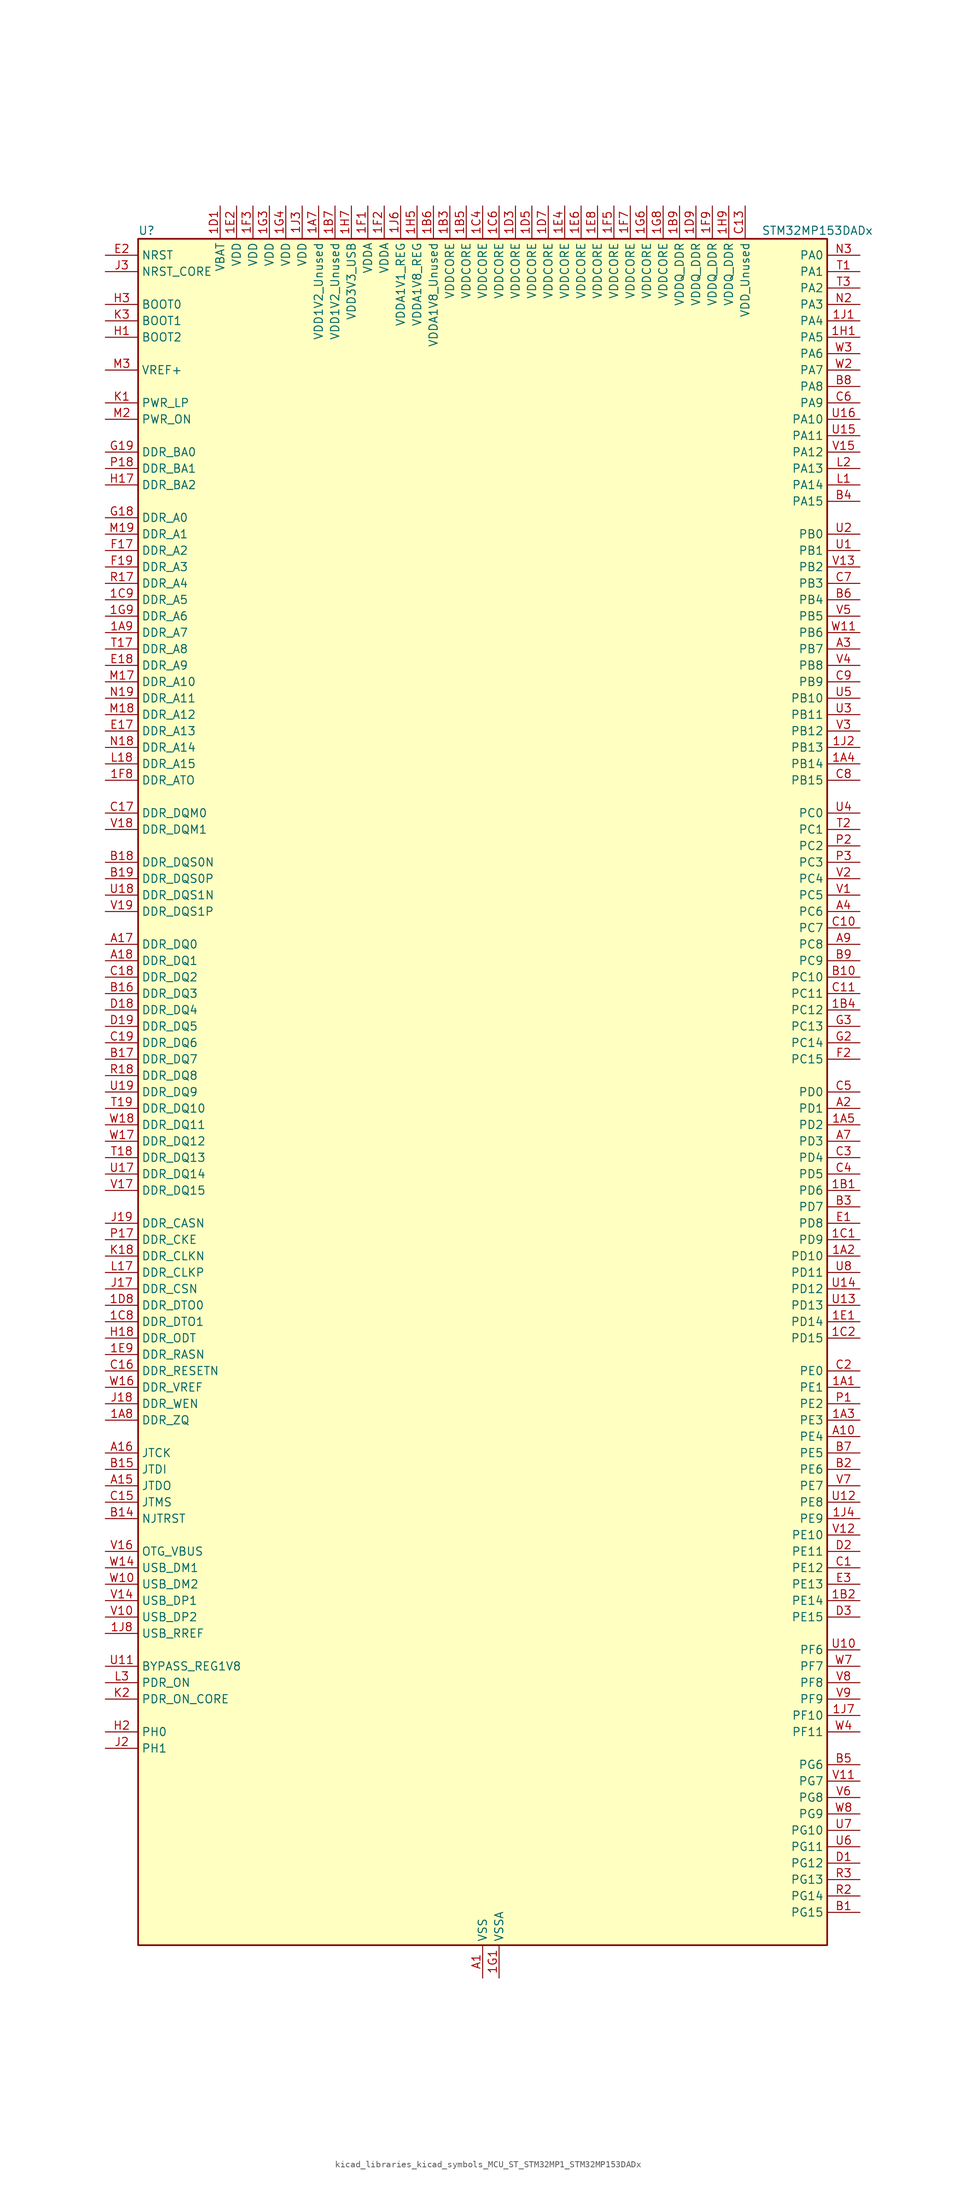
<source format=kicad_sym>
(kicad_symbol_lib
  (version 20220914)
  (generator kicad_symbol_editor)
  (symbol "kicad_libraries_kicad_symbols_MCU_ST_STM32MP1_STM32MP153DADx"
    (property "Reference" "U"
      (at -53.34 133.35 0)
      (effects (font (size 1.27 1.27)) (justify left)))
    (property "Value" "STM32MP153DADx"
      (at 43.18 133.35 0)
      (effects (font (size 1.27 1.27)) (justify left)))
    (property "ki_locked" ""
      (at 0 0 0)
      (effects (font (size 1.27 1.27))))
    (symbol "kicad_libraries_kicad_symbols_MCU_ST_STM32MP1_STM32MP153DADx_0_1"
      (rectangle (start -53.34 -132.08) (end 53.34 132.08) (stroke (width 0.254) (type default)) (fill (type background))))
    (symbol "kicad_libraries_kicad_symbols_MCU_ST_STM32MP1_STM32MP153DADx_1_1"
      (pin bidirectional line (at 58.42 -45.72 180) (length 5.08) (name "PE1" (effects (font (size 1.27 1.27)))) (number "1A1" (effects (font (size 1.27 1.27)))) (alternate "DCMI_D3" bidirectional line) (alternate "FMC_NBL1" bidirectional line) (alternate "I2S2_MCK" bidirectional line) (alternate "LPTIM1_IN2" bidirectional line) (alternate "SAI3_SD_B" bidirectional line) (alternate "UART8_TX" bidirectional line))
      (pin bidirectional line (at 58.42 -25.4 180) (length 5.08) (name "PD10" (effects (font (size 1.27 1.27)))) (number "1A2" (effects (font (size 1.27 1.27)))) (alternate "DFSDM1_CKOUT" bidirectional line) (alternate "FMC_D15" bidirectional line) (alternate "FMC_DA15" bidirectional line) (alternate "I2C5_SMBA" bidirectional line) (alternate "I2S3_SDI" bidirectional line) (alternate "LTDC_B3" bidirectional line) (alternate "RTC_REFIN" bidirectional line) (alternate "SAI3_FS_B" bidirectional line) (alternate "SPI3_MISO" bidirectional line) (alternate "TIM16_BKIN" bidirectional line) (alternate "USART3_CK" bidirectional line))
      (pin bidirectional line (at 58.42 -50.8 180) (length 5.08) (name "PE3" (effects (font (size 1.27 1.27)))) (number "1A3" (effects (font (size 1.27 1.27)))) (alternate "DEBUG_TRACED0" bidirectional line) (alternate "FMC_A19" bidirectional line) (alternate "SAI1_SD_B" bidirectional line) (alternate "SDMMC2_CK" bidirectional line) (alternate "TIM15_BKIN" bidirectional line))
      (pin bidirectional line (at 58.42 50.8 180) (length 5.08) (name "PB14" (effects (font (size 1.27 1.27)))) (number "1A4" (effects (font (size 1.27 1.27)))) (alternate "DFSDM1_DATIN2" bidirectional line) (alternate "I2S2_SDI" bidirectional line) (alternate "SDMMC2_D0" bidirectional line) (alternate "SPI2_MISO" bidirectional line) (alternate "TIM12_CH1" bidirectional line) (alternate "TIM1_CH2N" bidirectional line) (alternate "TIM8_CH2N" bidirectional line) (alternate "USART1_TX" bidirectional line) (alternate "USART3_DE" bidirectional line) (alternate "USART3_RTS" bidirectional line))
      (pin bidirectional line (at 58.42 -5.08 180) (length 5.08) (name "PD2" (effects (font (size 1.27 1.27)))) (number "1A5" (effects (font (size 1.27 1.27)))) (alternate "DCMI_D11" bidirectional line) (alternate "I2C5_SMBA" bidirectional line) (alternate "SDMMC1_CMD" bidirectional line) (alternate "TIM3_ETR" bidirectional line) (alternate "UART4_RX" bidirectional line) (alternate "UART5_RX" bidirectional line))
      (pin passive line (at 0 -137.16 90) (length 5.08) hide (name "VSS" (effects (font (size 1.27 1.27)))) (number "1A6" (effects (font (size 1.27 1.27)))))
      (pin power_in line (at -25.4 137.16 270) (length 5.08) (name "VDD1V2_Unused" (effects (font (size 1.27 1.27)))) (number "1A7" (effects (font (size 1.27 1.27)))))
      (pin bidirectional line (at -58.42 -50.8 0) (length 5.08) (name "DDR_ZQ" (effects (font (size 1.27 1.27)))) (number "1A8" (effects (font (size 1.27 1.27)))) (alternate "DDR_ZQ" bidirectional line))
      (pin bidirectional line (at -58.42 71.12 0) (length 5.08) (name "DDR_A7" (effects (font (size 1.27 1.27)))) (number "1A9" (effects (font (size 1.27 1.27)))) (alternate "DDR_A7" bidirectional line))
      (pin bidirectional line (at 58.42 -15.24 180) (length 5.08) (name "PD6" (effects (font (size 1.27 1.27)))) (number "1B1" (effects (font (size 1.27 1.27)))) (alternate "DCMI_D10" bidirectional line) (alternate "DFSDM1_CKIN4" bidirectional line) (alternate "DFSDM1_DATIN1" bidirectional line) (alternate "FMC_NWAIT" bidirectional line) (alternate "I2S3_SDO" bidirectional line) (alternate "LTDC_B2" bidirectional line) (alternate "SAI1_D1" bidirectional line) (alternate "SAI1_SD_A" bidirectional line) (alternate "SPI3_MOSI" bidirectional line) (alternate "TIM16_CH1N" bidirectional line) (alternate "USART2_RX" bidirectional line))
      (pin bidirectional line (at 58.42 -78.74 180) (length 5.08) (name "PE14" (effects (font (size 1.27 1.27)))) (number "1B2" (effects (font (size 1.27 1.27)))) (alternate "FMC_D11" bidirectional line) (alternate "FMC_DA11" bidirectional line) (alternate "LTDC_CLK" bidirectional line) (alternate "LTDC_G0" bidirectional line) (alternate "SAI2_MCLK_B" bidirectional line) (alternate "SDMMC1_D123DIR" bidirectional line) (alternate "SPI4_MOSI" bidirectional line) (alternate "TIM1_CH4" bidirectional line) (alternate "UART8_DE" bidirectional line) (alternate "UART8_RTS" bidirectional line))
      (pin power_in line (at -5.08 137.16 270) (length 5.08) (name "VDDCORE" (effects (font (size 1.27 1.27)))) (number "1B3" (effects (font (size 1.27 1.27)))))
      (pin bidirectional line (at 58.42 12.7 180) (length 5.08) (name "PC12" (effects (font (size 1.27 1.27)))) (number "1B4" (effects (font (size 1.27 1.27)))) (alternate "DCMI_D9" bidirectional line) (alternate "DEBUG_TRACECLK" bidirectional line) (alternate "I2S3_SDO" bidirectional line) (alternate "RCC_MCO_2" bidirectional line) (alternate "SAI4_D3" bidirectional line) (alternate "SAI4_SD_B" bidirectional line) (alternate "SDMMC1_CK" bidirectional line) (alternate "SPI3_MOSI" bidirectional line) (alternate "UART5_TX" bidirectional line) (alternate "USART3_CK" bidirectional line))
      (pin power_in line (at -2.54 137.16 270) (length 5.08) (name "VDDCORE" (effects (font (size 1.27 1.27)))) (number "1B5" (effects (font (size 1.27 1.27)))))
      (pin power_in line (at -7.62 137.16 270) (length 5.08) (name "VDDA1V8_Unused" (effects (font (size 1.27 1.27)))) (number "1B6" (effects (font (size 1.27 1.27)))))
      (pin power_in line (at -22.86 137.16 270) (length 5.08) (name "VDD1V2_Unused" (effects (font (size 1.27 1.27)))) (number "1B7" (effects (font (size 1.27 1.27)))))
      (pin passive line (at 0 -137.16 90) (length 5.08) hide (name "VSS" (effects (font (size 1.27 1.27)))) (number "1B8" (effects (font (size 1.27 1.27)))))
      (pin power_in line (at 30.48 137.16 270) (length 5.08) (name "VDDQ_DDR" (effects (font (size 1.27 1.27)))) (number "1B9" (effects (font (size 1.27 1.27)))))
      (pin bidirectional line (at 58.42 -22.86 180) (length 5.08) (name "PD9" (effects (font (size 1.27 1.27)))) (number "1C1" (effects (font (size 1.27 1.27)))) (alternate "DAC1_EXTI9" bidirectional line) (alternate "DCMI_HSYNC" bidirectional line) (alternate "DFSDM1_DATIN3" bidirectional line) (alternate "FMC_D14" bidirectional line) (alternate "FMC_DA14" bidirectional line) (alternate "LTDC_B0" bidirectional line) (alternate "SAI3_SD_B" bidirectional line) (alternate "USART3_RX" bidirectional line))
      (pin bidirectional line (at 58.42 -38.1 180) (length 5.08) (name "PD15" (effects (font (size 1.27 1.27)))) (number "1C2" (effects (font (size 1.27 1.27)))) (alternate "ADC1_EXTI15" bidirectional line) (alternate "ADC2_EXTI15" bidirectional line) (alternate "FMC_D1" bidirectional line) (alternate "FMC_DA1" bidirectional line) (alternate "LTDC_R1" bidirectional line) (alternate "SAI3_MCLK_A" bidirectional line) (alternate "TIM4_CH4" bidirectional line) (alternate "UART8_CTS" bidirectional line))
      (pin passive line (at 0 -137.16 90) (length 5.08) hide (name "VSS" (effects (font (size 1.27 1.27)))) (number "1C3" (effects (font (size 1.27 1.27)))))
      (pin power_in line (at 0 137.16 270) (length 5.08) (name "VDDCORE" (effects (font (size 1.27 1.27)))) (number "1C4" (effects (font (size 1.27 1.27)))))
      (pin passive line (at 0 -137.16 90) (length 5.08) hide (name "VSS" (effects (font (size 1.27 1.27)))) (number "1C5" (effects (font (size 1.27 1.27)))))
      (pin power_in line (at 2.54 137.16 270) (length 5.08) (name "VDDCORE" (effects (font (size 1.27 1.27)))) (number "1C6" (effects (font (size 1.27 1.27)))))
      (pin passive line (at 0 -137.16 90) (length 5.08) hide (name "VSS" (effects (font (size 1.27 1.27)))) (number "1C7" (effects (font (size 1.27 1.27)))))
      (pin bidirectional line (at -58.42 -35.56 0) (length 5.08) (name "DDR_DTO1" (effects (font (size 1.27 1.27)))) (number "1C8" (effects (font (size 1.27 1.27)))) (alternate "DDR_DTO1" bidirectional line))
      (pin bidirectional line (at -58.42 76.2 0) (length 5.08) (name "DDR_A5" (effects (font (size 1.27 1.27)))) (number "1C9" (effects (font (size 1.27 1.27)))) (alternate "DDR_A5" bidirectional line))
      (pin power_in line (at -40.64 137.16 270) (length 5.08) (name "VBAT" (effects (font (size 1.27 1.27)))) (number "1D1" (effects (font (size 1.27 1.27)))))
      (pin passive line (at 0 -137.16 90) (length 5.08) hide (name "VSS" (effects (font (size 1.27 1.27)))) (number "1D2" (effects (font (size 1.27 1.27)))))
      (pin power_in line (at 5.08 137.16 270) (length 5.08) (name "VDDCORE" (effects (font (size 1.27 1.27)))) (number "1D3" (effects (font (size 1.27 1.27)))))
      (pin passive line (at 0 -137.16 90) (length 5.08) hide (name "VSS" (effects (font (size 1.27 1.27)))) (number "1D4" (effects (font (size 1.27 1.27)))))
      (pin power_in line (at 7.62 137.16 270) (length 5.08) (name "VDDCORE" (effects (font (size 1.27 1.27)))) (number "1D5" (effects (font (size 1.27 1.27)))))
      (pin passive line (at 0 -137.16 90) (length 5.08) hide (name "VSS" (effects (font (size 1.27 1.27)))) (number "1D6" (effects (font (size 1.27 1.27)))))
      (pin power_in line (at 10.16 137.16 270) (length 5.08) (name "VDDCORE" (effects (font (size 1.27 1.27)))) (number "1D7" (effects (font (size 1.27 1.27)))))
      (pin bidirectional line (at -58.42 -33.02 0) (length 5.08) (name "DDR_DTO0" (effects (font (size 1.27 1.27)))) (number "1D8" (effects (font (size 1.27 1.27)))) (alternate "DDR_DTO0" bidirectional line))
      (pin power_in line (at 33.02 137.16 270) (length 5.08) (name "VDDQ_DDR" (effects (font (size 1.27 1.27)))) (number "1D9" (effects (font (size 1.27 1.27)))))
      (pin bidirectional line (at 58.42 -35.56 180) (length 5.08) (name "PD14" (effects (font (size 1.27 1.27)))) (number "1E1" (effects (font (size 1.27 1.27)))) (alternate "FMC_D0" bidirectional line) (alternate "FMC_DA0" bidirectional line) (alternate "SAI3_MCLK_B" bidirectional line) (alternate "TIM4_CH3" bidirectional line) (alternate "UART8_CTS" bidirectional line))
      (pin power_in line (at -38.1 137.16 270) (length 5.08) (name "VDD" (effects (font (size 1.27 1.27)))) (number "1E2" (effects (font (size 1.27 1.27)))))
      (pin passive line (at 0 -137.16 90) (length 5.08) hide (name "VSS" (effects (font (size 1.27 1.27)))) (number "1E3" (effects (font (size 1.27 1.27)))))
      (pin power_in line (at 12.7 137.16 270) (length 5.08) (name "VDDCORE" (effects (font (size 1.27 1.27)))) (number "1E4" (effects (font (size 1.27 1.27)))))
      (pin passive line (at 0 -137.16 90) (length 5.08) hide (name "VSS" (effects (font (size 1.27 1.27)))) (number "1E5" (effects (font (size 1.27 1.27)))))
      (pin power_in line (at 15.24 137.16 270) (length 5.08) (name "VDDCORE" (effects (font (size 1.27 1.27)))) (number "1E6" (effects (font (size 1.27 1.27)))))
      (pin passive line (at 0 -137.16 90) (length 5.08) hide (name "VSS" (effects (font (size 1.27 1.27)))) (number "1E7" (effects (font (size 1.27 1.27)))))
      (pin power_in line (at 17.78 137.16 270) (length 5.08) (name "VDDCORE" (effects (font (size 1.27 1.27)))) (number "1E8" (effects (font (size 1.27 1.27)))))
      (pin bidirectional line (at -58.42 -40.64 0) (length 5.08) (name "DDR_RASN" (effects (font (size 1.27 1.27)))) (number "1E9" (effects (font (size 1.27 1.27)))) (alternate "DDR_RASN" bidirectional line))
      (pin power_in line (at -17.78 137.16 270) (length 5.08) (name "VDDA" (effects (font (size 1.27 1.27)))) (number "1F1" (effects (font (size 1.27 1.27)))))
      (pin power_in line (at -15.24 137.16 270) (length 5.08) (name "VDDA" (effects (font (size 1.27 1.27)))) (number "1F2" (effects (font (size 1.27 1.27)))))
      (pin power_in line (at -35.56 137.16 270) (length 5.08) (name "VDD" (effects (font (size 1.27 1.27)))) (number "1F3" (effects (font (size 1.27 1.27)))))
      (pin passive line (at 0 -137.16 90) (length 5.08) hide (name "VSS" (effects (font (size 1.27 1.27)))) (number "1F4" (effects (font (size 1.27 1.27)))))
      (pin power_in line (at 20.32 137.16 270) (length 5.08) (name "VDDCORE" (effects (font (size 1.27 1.27)))) (number "1F5" (effects (font (size 1.27 1.27)))))
      (pin passive line (at 0 -137.16 90) (length 5.08) hide (name "VSS" (effects (font (size 1.27 1.27)))) (number "1F6" (effects (font (size 1.27 1.27)))))
      (pin power_in line (at 22.86 137.16 270) (length 5.08) (name "VDDCORE" (effects (font (size 1.27 1.27)))) (number "1F7" (effects (font (size 1.27 1.27)))))
      (pin bidirectional line (at -58.42 48.26 0) (length 5.08) (name "DDR_ATO" (effects (font (size 1.27 1.27)))) (number "1F8" (effects (font (size 1.27 1.27)))) (alternate "DDR_ATO" bidirectional line))
      (pin power_in line (at 35.56 137.16 270) (length 5.08) (name "VDDQ_DDR" (effects (font (size 1.27 1.27)))) (number "1F9" (effects (font (size 1.27 1.27)))))
      (pin power_in line (at 2.54 -137.16 90) (length 5.08) (name "VSSA" (effects (font (size 1.27 1.27)))) (number "1G1" (effects (font (size 1.27 1.27)))))
      (pin passive line (at 0 -137.16 90) (length 5.08) hide (name "VSS" (effects (font (size 1.27 1.27)))) (number "1G2" (effects (font (size 1.27 1.27)))))
      (pin power_in line (at -33.02 137.16 270) (length 5.08) (name "VDD" (effects (font (size 1.27 1.27)))) (number "1G3" (effects (font (size 1.27 1.27)))))
      (pin power_in line (at -30.48 137.16 270) (length 5.08) (name "VDD" (effects (font (size 1.27 1.27)))) (number "1G4" (effects (font (size 1.27 1.27)))))
      (pin passive line (at 0 -137.16 90) (length 5.08) hide (name "VSS" (effects (font (size 1.27 1.27)))) (number "1G5" (effects (font (size 1.27 1.27)))))
      (pin power_in line (at 25.4 137.16 270) (length 5.08) (name "VDDCORE" (effects (font (size 1.27 1.27)))) (number "1G6" (effects (font (size 1.27 1.27)))))
      (pin passive line (at 0 -137.16 90) (length 5.08) hide (name "VSS" (effects (font (size 1.27 1.27)))) (number "1G7" (effects (font (size 1.27 1.27)))))
      (pin power_in line (at 27.94 137.16 270) (length 5.08) (name "VDDCORE" (effects (font (size 1.27 1.27)))) (number "1G8" (effects (font (size 1.27 1.27)))))
      (pin bidirectional line (at -58.42 73.66 0) (length 5.08) (name "DDR_A6" (effects (font (size 1.27 1.27)))) (number "1G9" (effects (font (size 1.27 1.27)))) (alternate "DDR_A6" bidirectional line))
      (pin bidirectional line (at 58.42 116.84 180) (length 5.08) (name "PA5" (effects (font (size 1.27 1.27)))) (number "1H1" (effects (font (size 1.27 1.27)))) (alternate "ADC1_INN18" bidirectional line) (alternate "ADC1_INP19" bidirectional line) (alternate "ADC2_INN18" bidirectional line) (alternate "ADC2_INP19" bidirectional line) (alternate "DAC1_OUT2" bidirectional line) (alternate "I2S1_CK" bidirectional line) (alternate "LTDC_R4" bidirectional line) (alternate "SAI4_CK1" bidirectional line) (alternate "SAI4_MCLK_A" bidirectional line) (alternate "SPI1_SCK" bidirectional line) (alternate "SPI6_SCK" bidirectional line) (alternate "TIM2_CH1" bidirectional line) (alternate "TIM2_ETR" bidirectional line) (alternate "TIM8_CH1N" bidirectional line))
      (pin passive line (at 0 -137.16 90) (length 5.08) hide (name "VSS" (effects (font (size 1.27 1.27)))) (number "1H2" (effects (font (size 1.27 1.27)))))
      (pin passive line (at 0 -137.16 90) (length 5.08) hide (name "VSS" (effects (font (size 1.27 1.27)))) (number "1H3" (effects (font (size 1.27 1.27)))))
      (pin passive line (at 0 -137.16 90) (length 5.08) hide (name "VSS" (effects (font (size 1.27 1.27)))) (number "1H4" (effects (font (size 1.27 1.27)))))
      (pin power_in line (at -10.16 137.16 270) (length 5.08) (name "VDDA1V8_REG" (effects (font (size 1.27 1.27)))) (number "1H5" (effects (font (size 1.27 1.27)))))
      (pin passive line (at 0 -137.16 90) (length 5.08) hide (name "VSS" (effects (font (size 1.27 1.27)))) (number "1H6" (effects (font (size 1.27 1.27)))))
      (pin power_in line (at -20.32 137.16 270) (length 5.08) (name "VDD3V3_USB" (effects (font (size 1.27 1.27)))) (number "1H7" (effects (font (size 1.27 1.27)))))
      (pin passive line (at 0 -137.16 90) (length 5.08) hide (name "VSS" (effects (font (size 1.27 1.27)))) (number "1H8" (effects (font (size 1.27 1.27)))))
      (pin power_in line (at 38.1 137.16 270) (length 5.08) (name "VDDQ_DDR" (effects (font (size 1.27 1.27)))) (number "1H9" (effects (font (size 1.27 1.27)))))
      (pin bidirectional line (at 58.42 119.38 180) (length 5.08) (name "PA4" (effects (font (size 1.27 1.27)))) (number "1J1" (effects (font (size 1.27 1.27)))) (alternate "ADC1_INP18" bidirectional line) (alternate "ADC2_INP18" bidirectional line) (alternate "DAC1_OUT1" bidirectional line) (alternate "DCMI_HSYNC" bidirectional line) (alternate "HDP_HDP0" bidirectional line) (alternate "I2S1_WS" bidirectional line) (alternate "I2S3_WS" bidirectional line) (alternate "LTDC_VSYNC" bidirectional line) (alternate "SAI4_D2" bidirectional line) (alternate "SAI4_FS_A" bidirectional line) (alternate "SPI1_NSS" bidirectional line) (alternate "SPI3_NSS" bidirectional line) (alternate "SPI6_NSS" bidirectional line) (alternate "TIM5_ETR" bidirectional line) (alternate "USART2_CK" bidirectional line))
      (pin bidirectional line (at 58.42 53.34 180) (length 5.08) (name "PB13" (effects (font (size 1.27 1.27)))) (number "1J2" (effects (font (size 1.27 1.27)))) (alternate "DFSDM1_CKIN1" bidirectional line) (alternate "DFSDM1_CKOUT" bidirectional line) (alternate "ETH1_TXD1" bidirectional line) (alternate "FDCAN2_TX" bidirectional line) (alternate "I2S2_CK" bidirectional line) (alternate "LPTIM2_OUT" bidirectional line) (alternate "SPI2_SCK" bidirectional line) (alternate "TIM1_CH1N" bidirectional line) (alternate "UART5_TX" bidirectional line) (alternate "USART3_CTS" bidirectional line) (alternate "USART3_NSS" bidirectional line))
      (pin power_in line (at -27.94 137.16 270) (length 5.08) (name "VDD" (effects (font (size 1.27 1.27)))) (number "1J3" (effects (font (size 1.27 1.27)))))
      (pin bidirectional line (at 58.42 -66.04 180) (length 5.08) (name "PE9" (effects (font (size 1.27 1.27)))) (number "1J4" (effects (font (size 1.27 1.27)))) (alternate "DAC1_EXTI9" bidirectional line) (alternate "DFSDM1_CKOUT" bidirectional line) (alternate "FMC_D6" bidirectional line) (alternate "FMC_DA6" bidirectional line) (alternate "QUADSPI_BK2_IO2" bidirectional line) (alternate "TIM1_CH1" bidirectional line) (alternate "UART7_DE" bidirectional line) (alternate "UART7_RTS" bidirectional line))
      (pin passive line (at 0 -137.16 90) (length 5.08) hide (name "VSS" (effects (font (size 1.27 1.27)))) (number "1J5" (effects (font (size 1.27 1.27)))))
      (pin power_in line (at -12.7 137.16 270) (length 5.08) (name "VDDA1V1_REG" (effects (font (size 1.27 1.27)))) (number "1J6" (effects (font (size 1.27 1.27)))))
      (pin bidirectional line (at 58.42 -96.52 180) (length 5.08) (name "PF10" (effects (font (size 1.27 1.27)))) (number "1J7" (effects (font (size 1.27 1.27)))) (alternate "DCMI_D11" bidirectional line) (alternate "LTDC_DE" bidirectional line) (alternate "QUADSPI_CLK" bidirectional line) (alternate "SAI1_D3" bidirectional line) (alternate "SAI1_D4" bidirectional line) (alternate "SAI4_D3" bidirectional line) (alternate "SAI4_D4" bidirectional line) (alternate "TIM16_BKIN" bidirectional line))
      (pin bidirectional line (at -58.42 -83.82 0) (length 5.08) (name "USB_RREF" (effects (font (size 1.27 1.27)))) (number "1J8" (effects (font (size 1.27 1.27)))))
      (pin passive line (at 0 -137.16 90) (length 5.08) hide (name "VSS" (effects (font (size 1.27 1.27)))) (number "1J9" (effects (font (size 1.27 1.27)))))
      (pin power_in line (at 0 -137.16 90) (length 5.08) (name "VSS" (effects (font (size 1.27 1.27)))) (number "A1" (effects (font (size 1.27 1.27)))))
      (pin bidirectional line (at 58.42 -53.34 180) (length 5.08) (name "PE4" (effects (font (size 1.27 1.27)))) (number "A10" (effects (font (size 1.27 1.27)))) (alternate "DCMI_D4" bidirectional line) (alternate "DEBUG_TRACED1" bidirectional line) (alternate "DFSDM1_DATIN3" bidirectional line) (alternate "FMC_A20" bidirectional line) (alternate "LTDC_B0" bidirectional line) (alternate "SAI1_D2" bidirectional line) (alternate "SAI1_FS_A" bidirectional line) (alternate "SDMMC1_CKIN" bidirectional line) (alternate "SDMMC1_D4" bidirectional line) (alternate "SDMMC2_CKIN" bidirectional line) (alternate "SDMMC2_D4" bidirectional line) (alternate "SPI4_NSS" bidirectional line) (alternate "TIM15_CH1N" bidirectional line))
      (pin no_connect line (at -53.34 -132.08 0) (length 5.08) hide (name "DNU" (effects (font (size 1.27 1.27)))) (number "A12" (effects (font (size 1.27 1.27)))))
      (pin no_connect line (at -53.34 -129.54 0) (length 5.08) hide (name "DNU" (effects (font (size 1.27 1.27)))) (number "A13" (effects (font (size 1.27 1.27)))))
      (pin bidirectional line (at -58.42 -60.96 0) (length 5.08) (name "JTDO" (effects (font (size 1.27 1.27)))) (number "A15" (effects (font (size 1.27 1.27)))) (alternate "DEBUG_JTDO-SWO" bidirectional line))
      (pin bidirectional line (at -58.42 -55.88 0) (length 5.08) (name "JTCK" (effects (font (size 1.27 1.27)))) (number "A16" (effects (font (size 1.27 1.27)))) (alternate "DEBUG_JTCK-SWCLK" bidirectional line))
      (pin bidirectional line (at -58.42 22.86 0) (length 5.08) (name "DDR_DQ0" (effects (font (size 1.27 1.27)))) (number "A17" (effects (font (size 1.27 1.27)))) (alternate "DDR_DQ0" bidirectional line))
      (pin bidirectional line (at -58.42 20.32 0) (length 5.08) (name "DDR_DQ1" (effects (font (size 1.27 1.27)))) (number "A18" (effects (font (size 1.27 1.27)))) (alternate "DDR_DQ1" bidirectional line))
      (pin passive line (at 0 -137.16 90) (length 5.08) hide (name "VSS" (effects (font (size 1.27 1.27)))) (number "A19" (effects (font (size 1.27 1.27)))))
      (pin bidirectional line (at 58.42 -2.54 180) (length 5.08) (name "PD1" (effects (font (size 1.27 1.27)))) (number "A2" (effects (font (size 1.27 1.27)))) (alternate "DFSDM1_CKIN7" bidirectional line) (alternate "DFSDM1_DATIN6" bidirectional line) (alternate "FDCAN1_TX" bidirectional line) (alternate "FMC_D3" bidirectional line) (alternate "FMC_DA3" bidirectional line) (alternate "I2C5_SCL" bidirectional line) (alternate "I2C6_SCL" bidirectional line) (alternate "SAI3_SD_A" bidirectional line) (alternate "SDMMC3_D0" bidirectional line) (alternate "UART4_TX" bidirectional line))
      (pin bidirectional line (at 58.42 68.58 180) (length 5.08) (name "PB7" (effects (font (size 1.27 1.27)))) (number "A3" (effects (font (size 1.27 1.27)))) (alternate "DCMI_VSYNC" bidirectional line) (alternate "DFSDM1_CKIN5" bidirectional line) (alternate "FMC_NL" bidirectional line) (alternate "I2C1_SDA" bidirectional line) (alternate "I2C4_SDA" bidirectional line) (alternate "SDMMC2_D1" bidirectional line) (alternate "TIM17_CH1N" bidirectional line) (alternate "TIM4_CH2" bidirectional line) (alternate "USART1_RX" bidirectional line))
      (pin bidirectional line (at 58.42 27.94 180) (length 5.08) (name "PC6" (effects (font (size 1.27 1.27)))) (number "A4" (effects (font (size 1.27 1.27)))) (alternate "DCMI_D0" bidirectional line) (alternate "DFSDM1_CKIN3" bidirectional line) (alternate "HDP_HDP1" bidirectional line) (alternate "I2S2_MCK" bidirectional line) (alternate "LTDC_HSYNC" bidirectional line) (alternate "SDMMC1_D0DIR" bidirectional line) (alternate "SDMMC1_D6" bidirectional line) (alternate "SDMMC2_D0DIR" bidirectional line) (alternate "SDMMC2_D6" bidirectional line) (alternate "TIM3_CH1" bidirectional line) (alternate "TIM8_CH1" bidirectional line) (alternate "USART6_TX" bidirectional line))
      (pin passive line (at 0 -137.16 90) (length 5.08) hide (name "VSS" (effects (font (size 1.27 1.27)))) (number "A6" (effects (font (size 1.27 1.27)))))
      (pin bidirectional line (at 58.42 -7.62 180) (length 5.08) (name "PD3" (effects (font (size 1.27 1.27)))) (number "A7" (effects (font (size 1.27 1.27)))) (alternate "DCMI_D5" bidirectional line) (alternate "DFSDM1_CKOUT" bidirectional line) (alternate "DFSDM1_DATIN0" bidirectional line) (alternate "FMC_CLK" bidirectional line) (alternate "HDP_HDP5" bidirectional line) (alternate "I2S2_CK" bidirectional line) (alternate "LTDC_G7" bidirectional line) (alternate "SDMMC1_D123DIR" bidirectional line) (alternate "SDMMC1_D7" bidirectional line) (alternate "SDMMC2_D123DIR" bidirectional line) (alternate "SDMMC2_D7" bidirectional line) (alternate "SPI2_SCK" bidirectional line) (alternate "USART2_CTS" bidirectional line) (alternate "USART2_NSS" bidirectional line))
      (pin bidirectional line (at 58.42 22.86 180) (length 5.08) (name "PC8" (effects (font (size 1.27 1.27)))) (number "A9" (effects (font (size 1.27 1.27)))) (alternate "DCMI_D2" bidirectional line) (alternate "DEBUG_TRACED0" bidirectional line) (alternate "SDMMC1_D0" bidirectional line) (alternate "TIM3_CH3" bidirectional line) (alternate "TIM8_CH3" bidirectional line) (alternate "UART4_TX" bidirectional line) (alternate "UART5_DE" bidirectional line) (alternate "UART5_RTS" bidirectional line) (alternate "USART6_CK" bidirectional line))
      (pin bidirectional line (at 58.42 -127 180) (length 5.08) (name "PG15" (effects (font (size 1.27 1.27)))) (number "B1" (effects (font (size 1.27 1.27)))) (alternate "ADC1_EXTI15" bidirectional line) (alternate "ADC2_EXTI15" bidirectional line) (alternate "DCMI_D13" bidirectional line) (alternate "DEBUG_TRACED7" bidirectional line) (alternate "I2C2_SDA" bidirectional line) (alternate "SAI1_D2" bidirectional line) (alternate "SAI1_FS_A" bidirectional line) (alternate "SDMMC3_CK" bidirectional line) (alternate "USART6_CTS" bidirectional line) (alternate "USART6_NSS" bidirectional line))
      (pin bidirectional line (at 58.42 17.78 180) (length 5.08) (name "PC10" (effects (font (size 1.27 1.27)))) (number "B10" (effects (font (size 1.27 1.27)))) (alternate "DCMI_D8" bidirectional line) (alternate "DEBUG_TRACED2" bidirectional line) (alternate "DFSDM1_CKIN5" bidirectional line) (alternate "I2S3_CK" bidirectional line) (alternate "LTDC_R2" bidirectional line) (alternate "QUADSPI_BK1_IO1" bidirectional line) (alternate "SAI4_MCLK_B" bidirectional line) (alternate "SDMMC1_D2" bidirectional line) (alternate "SPI3_SCK" bidirectional line) (alternate "UART4_TX" bidirectional line) (alternate "USART3_TX" bidirectional line))
      (pin no_connect line (at -53.34 -127 0) (length 5.08) hide (name "DNU" (effects (font (size 1.27 1.27)))) (number "B11" (effects (font (size 1.27 1.27)))))
      (pin no_connect line (at -53.34 -124.46 0) (length 5.08) hide (name "DNU" (effects (font (size 1.27 1.27)))) (number "B12" (effects (font (size 1.27 1.27)))))
      (pin no_connect line (at -53.34 -121.92 0) (length 5.08) hide (name "DNU" (effects (font (size 1.27 1.27)))) (number "B13" (effects (font (size 1.27 1.27)))))
      (pin bidirectional line (at -58.42 -66.04 0) (length 5.08) (name "NJTRST" (effects (font (size 1.27 1.27)))) (number "B14" (effects (font (size 1.27 1.27)))) (alternate "DEBUG_JTRST" bidirectional line))
      (pin bidirectional line (at -58.42 -58.42 0) (length 5.08) (name "JTDI" (effects (font (size 1.27 1.27)))) (number "B15" (effects (font (size 1.27 1.27)))) (alternate "DEBUG_JTDI" bidirectional line))
      (pin bidirectional line (at -58.42 15.24 0) (length 5.08) (name "DDR_DQ3" (effects (font (size 1.27 1.27)))) (number "B16" (effects (font (size 1.27 1.27)))) (alternate "DDR_DQ3" bidirectional line))
      (pin bidirectional line (at -58.42 5.08 0) (length 5.08) (name "DDR_DQ7" (effects (font (size 1.27 1.27)))) (number "B17" (effects (font (size 1.27 1.27)))) (alternate "DDR_DQ7" bidirectional line))
      (pin bidirectional line (at -58.42 35.56 0) (length 5.08) (name "DDR_DQS0N" (effects (font (size 1.27 1.27)))) (number "B18" (effects (font (size 1.27 1.27)))) (alternate "DDR_DQS0N" bidirectional line))
      (pin bidirectional line (at -58.42 33.02 0) (length 5.08) (name "DDR_DQS0P" (effects (font (size 1.27 1.27)))) (number "B19" (effects (font (size 1.27 1.27)))) (alternate "DDR_DQS0P" bidirectional line))
      (pin bidirectional line (at 58.42 -58.42 180) (length 5.08) (name "PE6" (effects (font (size 1.27 1.27)))) (number "B2" (effects (font (size 1.27 1.27)))) (alternate "DCMI_D7" bidirectional line) (alternate "DEBUG_TRACED2" bidirectional line) (alternate "FMC_A22" bidirectional line) (alternate "LTDC_G1" bidirectional line) (alternate "SAI1_D1" bidirectional line) (alternate "SAI1_SD_A" bidirectional line) (alternate "SAI2_MCLK_B" bidirectional line) (alternate "SDMMC1_D2" bidirectional line) (alternate "SDMMC2_D0" bidirectional line) (alternate "SPI4_MOSI" bidirectional line) (alternate "TIM15_CH2" bidirectional line) (alternate "TIM1_BKIN2" bidirectional line))
      (pin bidirectional line (at 58.42 -17.78 180) (length 5.08) (name "PD7" (effects (font (size 1.27 1.27)))) (number "B3" (effects (font (size 1.27 1.27)))) (alternate "DEBUG_TRACED6" bidirectional line) (alternate "DFSDM1_CKIN1" bidirectional line) (alternate "DFSDM1_DATIN4" bidirectional line) (alternate "FMC_NE1" bidirectional line) (alternate "I2C2_SCL" bidirectional line) (alternate "SDMMC3_D3" bidirectional line) (alternate "SPDIFRX_IN0" bidirectional line) (alternate "USART2_CK" bidirectional line))
      (pin bidirectional line (at 58.42 91.44 180) (length 5.08) (name "PA15" (effects (font (size 1.27 1.27)))) (number "B4" (effects (font (size 1.27 1.27)))) (alternate "ADC1_EXTI15" bidirectional line) (alternate "ADC2_EXTI15" bidirectional line) (alternate "CEC" bidirectional line) (alternate "DEBUG_DBTRGI" bidirectional line) (alternate "I2S1_WS" bidirectional line) (alternate "I2S3_WS" bidirectional line) (alternate "LTDC_R1" bidirectional line) (alternate "SAI4_D2" bidirectional line) (alternate "SAI4_FS_A" bidirectional line) (alternate "SDMMC1_CDIR" bidirectional line) (alternate "SDMMC1_D5" bidirectional line) (alternate "SDMMC2_CDIR" bidirectional line) (alternate "SDMMC2_D5" bidirectional line) (alternate "SPI1_NSS" bidirectional line) (alternate "SPI3_NSS" bidirectional line) (alternate "SPI6_NSS" bidirectional line) (alternate "TIM2_CH1" bidirectional line) (alternate "TIM2_ETR" bidirectional line) (alternate "UART4_DE" bidirectional line) (alternate "UART4_RTS" bidirectional line) (alternate "UART7_TX" bidirectional line))
      (pin bidirectional line (at 58.42 -104.14 180) (length 5.08) (name "PG6" (effects (font (size 1.27 1.27)))) (number "B5" (effects (font (size 1.27 1.27)))) (alternate "DCMI_D12" bidirectional line) (alternate "DEBUG_TRACED14" bidirectional line) (alternate "LTDC_R7" bidirectional line) (alternate "SDMMC2_CMD" bidirectional line) (alternate "TIM17_BKIN" bidirectional line))
      (pin bidirectional line (at 58.42 76.2 180) (length 5.08) (name "PB4" (effects (font (size 1.27 1.27)))) (number "B6" (effects (font (size 1.27 1.27)))) (alternate "DEBUG_TRACED8" bidirectional line) (alternate "I2S1_SDI" bidirectional line) (alternate "I2S2_WS" bidirectional line) (alternate "I2S3_SDI" bidirectional line) (alternate "SAI4_CK2" bidirectional line) (alternate "SAI4_SCK_A" bidirectional line) (alternate "SDMMC2_D3" bidirectional line) (alternate "SPI1_MISO" bidirectional line) (alternate "SPI2_NSS" bidirectional line) (alternate "SPI3_MISO" bidirectional line) (alternate "SPI6_MISO" bidirectional line) (alternate "TIM16_BKIN" bidirectional line) (alternate "TIM3_CH1" bidirectional line) (alternate "UART7_TX" bidirectional line))
      (pin bidirectional line (at 58.42 -55.88 180) (length 5.08) (name "PE5" (effects (font (size 1.27 1.27)))) (number "B7" (effects (font (size 1.27 1.27)))) (alternate "DCMI_D6" bidirectional line) (alternate "DEBUG_TRACED3" bidirectional line) (alternate "DFSDM1_CKIN3" bidirectional line) (alternate "FMC_A21" bidirectional line) (alternate "LTDC_G0" bidirectional line) (alternate "SAI1_CK2" bidirectional line) (alternate "SAI1_SCK_A" bidirectional line) (alternate "SDMMC1_D0DIR" bidirectional line) (alternate "SDMMC1_D6" bidirectional line) (alternate "SDMMC2_D0DIR" bidirectional line) (alternate "SDMMC2_D6" bidirectional line) (alternate "SPI4_MISO" bidirectional line) (alternate "TIM15_CH1" bidirectional line))
      (pin bidirectional line (at 58.42 109.22 180) (length 5.08) (name "PA8" (effects (font (size 1.27 1.27)))) (number "B8" (effects (font (size 1.27 1.27)))) (alternate "I2C3_SCL" bidirectional line) (alternate "I2S3_SDO" bidirectional line) (alternate "LTDC_R6" bidirectional line) (alternate "RCC_MCO_1" bidirectional line) (alternate "SAI4_SD_B" bidirectional line) (alternate "SDMMC2_CKIN" bidirectional line) (alternate "SDMMC2_D4" bidirectional line) (alternate "SPI3_MOSI" bidirectional line) (alternate "TIM1_CH1" bidirectional line) (alternate "TIM8_BKIN2" bidirectional line) (alternate "UART7_RX" bidirectional line) (alternate "USART1_CK" bidirectional line) (alternate "USB_OTG_HS_SOF" bidirectional line))
      (pin bidirectional line (at 58.42 20.32 180) (length 5.08) (name "PC9" (effects (font (size 1.27 1.27)))) (number "B9" (effects (font (size 1.27 1.27)))) (alternate "DAC1_EXTI9" bidirectional line) (alternate "DCMI_D3" bidirectional line) (alternate "DEBUG_TRACED1" bidirectional line) (alternate "I2C3_SDA" bidirectional line) (alternate "I2S_CKIN" bidirectional line) (alternate "LTDC_B2" bidirectional line) (alternate "QUADSPI_BK1_IO0" bidirectional line) (alternate "SDMMC1_D1" bidirectional line) (alternate "TIM3_CH4" bidirectional line) (alternate "TIM8_CH4" bidirectional line) (alternate "UART5_CTS" bidirectional line))
      (pin bidirectional line (at 58.42 -73.66 180) (length 5.08) (name "PE12" (effects (font (size 1.27 1.27)))) (number "C1" (effects (font (size 1.27 1.27)))) (alternate "DFSDM1_DATIN5" bidirectional line) (alternate "FMC_D9" bidirectional line) (alternate "FMC_DA9" bidirectional line) (alternate "LTDC_B4" bidirectional line) (alternate "SAI2_SCK_B" bidirectional line) (alternate "SDMMC1_D0DIR" bidirectional line) (alternate "SPI4_SCK" bidirectional line) (alternate "TIM1_CH3N" bidirectional line))
      (pin bidirectional line (at 58.42 25.4 180) (length 5.08) (name "PC7" (effects (font (size 1.27 1.27)))) (number "C10" (effects (font (size 1.27 1.27)))) (alternate "DCMI_D1" bidirectional line) (alternate "DFSDM1_DATIN3" bidirectional line) (alternate "HDP_HDP4" bidirectional line) (alternate "I2S3_MCK" bidirectional line) (alternate "LTDC_G6" bidirectional line) (alternate "SDMMC1_D123DIR" bidirectional line) (alternate "SDMMC1_D7" bidirectional line) (alternate "SDMMC2_D123DIR" bidirectional line) (alternate "SDMMC2_D7" bidirectional line) (alternate "TIM3_CH2" bidirectional line) (alternate "TIM8_CH2" bidirectional line) (alternate "USART6_RX" bidirectional line))
      (pin bidirectional line (at 58.42 15.24 180) (length 5.08) (name "PC11" (effects (font (size 1.27 1.27)))) (number "C11" (effects (font (size 1.27 1.27)))) (alternate "ADC1_EXTI11" bidirectional line) (alternate "ADC2_EXTI11" bidirectional line) (alternate "DCMI_D4" bidirectional line) (alternate "DEBUG_TRACED3" bidirectional line) (alternate "DFSDM1_DATIN5" bidirectional line) (alternate "I2S3_SDI" bidirectional line) (alternate "QUADSPI_BK2_NCS" bidirectional line) (alternate "SAI4_SCK_B" bidirectional line) (alternate "SDMMC1_D3" bidirectional line) (alternate "SPI3_MISO" bidirectional line) (alternate "UART4_RX" bidirectional line) (alternate "USART3_RX" bidirectional line))
      (pin no_connect line (at -53.34 -119.38 0) (length 5.08) hide (name "DNU" (effects (font (size 1.27 1.27)))) (number "C12" (effects (font (size 1.27 1.27)))))
      (pin power_in line (at 40.64 137.16 270) (length 5.08) (name "VDD_Unused" (effects (font (size 1.27 1.27)))) (number "C13" (effects (font (size 1.27 1.27)))))
      (pin passive line (at 0 -137.16 90) (length 5.08) hide (name "VSS" (effects (font (size 1.27 1.27)))) (number "C14" (effects (font (size 1.27 1.27)))))
      (pin bidirectional line (at -58.42 -63.5 0) (length 5.08) (name "JTMS" (effects (font (size 1.27 1.27)))) (number "C15" (effects (font (size 1.27 1.27)))) (alternate "DEBUG_JTMS-SWDIO" bidirectional line))
      (pin bidirectional line (at -58.42 -43.18 0) (length 5.08) (name "DDR_RESETN" (effects (font (size 1.27 1.27)))) (number "C16" (effects (font (size 1.27 1.27)))) (alternate "DDR_RESETN" bidirectional line))
      (pin bidirectional line (at -58.42 43.18 0) (length 5.08) (name "DDR_DQM0" (effects (font (size 1.27 1.27)))) (number "C17" (effects (font (size 1.27 1.27)))) (alternate "DDR_DQM0" bidirectional line))
      (pin bidirectional line (at -58.42 17.78 0) (length 5.08) (name "DDR_DQ2" (effects (font (size 1.27 1.27)))) (number "C18" (effects (font (size 1.27 1.27)))) (alternate "DDR_DQ2" bidirectional line))
      (pin bidirectional line (at -58.42 7.62 0) (length 5.08) (name "DDR_DQ6" (effects (font (size 1.27 1.27)))) (number "C19" (effects (font (size 1.27 1.27)))) (alternate "DDR_DQ6" bidirectional line))
      (pin bidirectional line (at 58.42 -43.18 180) (length 5.08) (name "PE0" (effects (font (size 1.27 1.27)))) (number "C2" (effects (font (size 1.27 1.27)))) (alternate "DCMI_D2" bidirectional line) (alternate "FMC_NBL0" bidirectional line) (alternate "I2S3_CK" bidirectional line) (alternate "LPTIM1_ETR" bidirectional line) (alternate "LPTIM2_ETR" bidirectional line) (alternate "SAI2_MCLK_A" bidirectional line) (alternate "SAI4_MCLK_B" bidirectional line) (alternate "SPI3_SCK" bidirectional line) (alternate "TIM4_ETR" bidirectional line) (alternate "UART8_RX" bidirectional line))
      (pin bidirectional line (at 58.42 -10.16 180) (length 5.08) (name "PD4" (effects (font (size 1.27 1.27)))) (number "C3" (effects (font (size 1.27 1.27)))) (alternate "DFSDM1_CKIN0" bidirectional line) (alternate "FMC_NOE" bidirectional line) (alternate "SAI3_FS_A" bidirectional line) (alternate "SDMMC3_D1" bidirectional line) (alternate "USART2_DE" bidirectional line) (alternate "USART2_RTS" bidirectional line))
      (pin bidirectional line (at 58.42 -12.7 180) (length 5.08) (name "PD5" (effects (font (size 1.27 1.27)))) (number "C4" (effects (font (size 1.27 1.27)))) (alternate "FMC_NWE" bidirectional line) (alternate "SDMMC3_D2" bidirectional line) (alternate "USART2_TX" bidirectional line))
      (pin bidirectional line (at 58.42 0 180) (length 5.08) (name "PD0" (effects (font (size 1.27 1.27)))) (number "C5" (effects (font (size 1.27 1.27)))) (alternate "DFSDM1_CKIN6" bidirectional line) (alternate "DFSDM1_DATIN7" bidirectional line) (alternate "FDCAN1_RX" bidirectional line) (alternate "FMC_D2" bidirectional line) (alternate "FMC_DA2" bidirectional line) (alternate "I2C5_SDA" bidirectional line) (alternate "I2C6_SDA" bidirectional line) (alternate "SAI3_SCK_A" bidirectional line) (alternate "SDMMC3_CMD" bidirectional line) (alternate "UART4_RX" bidirectional line))
      (pin bidirectional line (at 58.42 106.68 180) (length 5.08) (name "PA9" (effects (font (size 1.27 1.27)))) (number "C6" (effects (font (size 1.27 1.27)))) (alternate "DAC1_EXTI9" bidirectional line) (alternate "DCMI_D0" bidirectional line) (alternate "I2C3_SMBA" bidirectional line) (alternate "I2S2_CK" bidirectional line) (alternate "LTDC_R5" bidirectional line) (alternate "SDMMC2_CDIR" bidirectional line) (alternate "SDMMC2_D5" bidirectional line) (alternate "SPI2_SCK" bidirectional line) (alternate "TIM1_CH2" bidirectional line) (alternate "USART1_TX" bidirectional line))
      (pin bidirectional line (at 58.42 78.74 180) (length 5.08) (name "PB3" (effects (font (size 1.27 1.27)))) (number "C7" (effects (font (size 1.27 1.27)))) (alternate "DEBUG_TRACED9" bidirectional line) (alternate "I2S1_CK" bidirectional line) (alternate "I2S3_CK" bidirectional line) (alternate "SAI4_CK1" bidirectional line) (alternate "SAI4_MCLK_A" bidirectional line) (alternate "SDMMC2_D2" bidirectional line) (alternate "SPI1_SCK" bidirectional line) (alternate "SPI3_SCK" bidirectional line) (alternate "SPI6_SCK" bidirectional line) (alternate "TIM2_CH2" bidirectional line) (alternate "UART7_RX" bidirectional line))
      (pin bidirectional line (at 58.42 48.26 180) (length 5.08) (name "PB15" (effects (font (size 1.27 1.27)))) (number "C8" (effects (font (size 1.27 1.27)))) (alternate "ADC1_EXTI15" bidirectional line) (alternate "ADC2_EXTI15" bidirectional line) (alternate "DFSDM1_CKIN2" bidirectional line) (alternate "I2S2_SDO" bidirectional line) (alternate "RTC_REFIN" bidirectional line) (alternate "SDMMC2_D1" bidirectional line) (alternate "SPI2_MOSI" bidirectional line) (alternate "TIM12_CH2" bidirectional line) (alternate "TIM1_CH3N" bidirectional line) (alternate "TIM8_CH3N" bidirectional line) (alternate "USART1_RX" bidirectional line))
      (pin bidirectional line (at 58.42 63.5 180) (length 5.08) (name "PB9" (effects (font (size 1.27 1.27)))) (number "C9" (effects (font (size 1.27 1.27)))) (alternate "DAC1_EXTI9" bidirectional line) (alternate "DCMI_D7" bidirectional line) (alternate "DFSDM1_DATIN7" bidirectional line) (alternate "FDCAN1_TX" bidirectional line) (alternate "HDP_HDP7" bidirectional line) (alternate "I2C1_SDA" bidirectional line) (alternate "I2C4_SDA" bidirectional line) (alternate "I2S2_WS" bidirectional line) (alternate "LTDC_B7" bidirectional line) (alternate "SDMMC1_CDIR" bidirectional line) (alternate "SDMMC1_D5" bidirectional line) (alternate "SDMMC2_CDIR" bidirectional line) (alternate "SDMMC2_D5" bidirectional line) (alternate "SPI2_NSS" bidirectional line) (alternate "TIM17_CH1" bidirectional line) (alternate "TIM4_CH4" bidirectional line) (alternate "UART4_TX" bidirectional line))
      (pin bidirectional line (at 58.42 -119.38 180) (length 5.08) (name "PG12" (effects (font (size 1.27 1.27)))) (number "D1" (effects (font (size 1.27 1.27)))) (alternate "ETH1_PHY_INTN" bidirectional line) (alternate "FMC_NE4" bidirectional line) (alternate "LPTIM1_IN1" bidirectional line) (alternate "LTDC_B1" bidirectional line) (alternate "LTDC_B4" bidirectional line) (alternate "SAI4_CK2" bidirectional line) (alternate "SAI4_SCK_A" bidirectional line) (alternate "SPDIFRX_IN1" bidirectional line) (alternate "SPI6_MISO" bidirectional line) (alternate "USART6_DE" bidirectional line) (alternate "USART6_RTS" bidirectional line))
      (pin passive line (at 0 -137.16 90) (length 5.08) hide (name "VSS" (effects (font (size 1.27 1.27)))) (number "D17" (effects (font (size 1.27 1.27)))))
      (pin bidirectional line (at -58.42 12.7 0) (length 5.08) (name "DDR_DQ4" (effects (font (size 1.27 1.27)))) (number "D18" (effects (font (size 1.27 1.27)))) (alternate "DDR_DQ4" bidirectional line))
      (pin bidirectional line (at -58.42 10.16 0) (length 5.08) (name "DDR_DQ5" (effects (font (size 1.27 1.27)))) (number "D19" (effects (font (size 1.27 1.27)))) (alternate "DDR_DQ5" bidirectional line))
      (pin bidirectional line (at 58.42 -71.12 180) (length 5.08) (name "PE11" (effects (font (size 1.27 1.27)))) (number "D2" (effects (font (size 1.27 1.27)))) (alternate "ADC1_EXTI11" bidirectional line) (alternate "ADC2_EXTI11" bidirectional line) (alternate "DCMI_D4" bidirectional line) (alternate "DFSDM1_CKIN4" bidirectional line) (alternate "FMC_D8" bidirectional line) (alternate "FMC_DA8" bidirectional line) (alternate "LTDC_G3" bidirectional line) (alternate "SAI2_SD_B" bidirectional line) (alternate "SPI4_NSS" bidirectional line) (alternate "TIM1_CH2" bidirectional line) (alternate "USART6_CK" bidirectional line))
      (pin bidirectional line (at 58.42 -81.28 180) (length 5.08) (name "PE15" (effects (font (size 1.27 1.27)))) (number "D3" (effects (font (size 1.27 1.27)))) (alternate "ADC1_EXTI15" bidirectional line) (alternate "ADC2_EXTI15" bidirectional line) (alternate "FMC_D12" bidirectional line) (alternate "FMC_DA12" bidirectional line) (alternate "FMC_NCE2" bidirectional line) (alternate "HDP_HDP3" bidirectional line) (alternate "LTDC_R7" bidirectional line) (alternate "TIM15_BKIN" bidirectional line) (alternate "TIM1_BKIN" bidirectional line) (alternate "UART8_CTS" bidirectional line) (alternate "USART2_CTS" bidirectional line) (alternate "USART2_NSS" bidirectional line))
      (pin bidirectional line (at 58.42 -20.32 180) (length 5.08) (name "PD8" (effects (font (size 1.27 1.27)))) (number "E1" (effects (font (size 1.27 1.27)))) (alternate "DFSDM1_CKIN3" bidirectional line) (alternate "FMC_D13" bidirectional line) (alternate "FMC_DA13" bidirectional line) (alternate "LTDC_B7" bidirectional line) (alternate "SAI3_SCK_B" bidirectional line) (alternate "SPDIFRX_IN1" bidirectional line) (alternate "USART3_TX" bidirectional line))
      (pin bidirectional line (at -58.42 55.88 0) (length 5.08) (name "DDR_A13" (effects (font (size 1.27 1.27)))) (number "E17" (effects (font (size 1.27 1.27)))) (alternate "DDR_A13" bidirectional line))
      (pin bidirectional line (at -58.42 66.04 0) (length 5.08) (name "DDR_A9" (effects (font (size 1.27 1.27)))) (number "E18" (effects (font (size 1.27 1.27)))) (alternate "DDR_A9" bidirectional line))
      (pin input line (at -58.42 129.54 0) (length 5.08) (name "NRST" (effects (font (size 1.27 1.27)))) (number "E2" (effects (font (size 1.27 1.27)))))
      (pin bidirectional line (at 58.42 -76.2 180) (length 5.08) (name "PE13" (effects (font (size 1.27 1.27)))) (number "E3" (effects (font (size 1.27 1.27)))) (alternate "DCMI_D6" bidirectional line) (alternate "DFSDM1_CKIN5" bidirectional line) (alternate "FMC_D10" bidirectional line) (alternate "FMC_DA10" bidirectional line) (alternate "HDP_HDP2" bidirectional line) (alternate "LTDC_DE" bidirectional line) (alternate "SAI2_FS_B" bidirectional line) (alternate "SPI4_MISO" bidirectional line) (alternate "TIM1_CH3" bidirectional line))
      (pin bidirectional line (at -58.42 83.82 0) (length 5.08) (name "DDR_A2" (effects (font (size 1.27 1.27)))) (number "F17" (effects (font (size 1.27 1.27)))) (alternate "DDR_A2" bidirectional line))
      (pin passive line (at 0 -137.16 90) (length 5.08) hide (name "VSS" (effects (font (size 1.27 1.27)))) (number "F18" (effects (font (size 1.27 1.27)))))
      (pin bidirectional line (at -58.42 81.28 0) (length 5.08) (name "DDR_A3" (effects (font (size 1.27 1.27)))) (number "F19" (effects (font (size 1.27 1.27)))) (alternate "DDR_A3" bidirectional line))
      (pin bidirectional line (at 58.42 5.08 180) (length 5.08) (name "PC15" (effects (font (size 1.27 1.27)))) (number "F2" (effects (font (size 1.27 1.27)))) (alternate "ADC1_EXTI15" bidirectional line) (alternate "ADC2_EXTI15" bidirectional line) (alternate "RCC_OSC32_OUT" bidirectional line))
      (pin passive line (at 0 -137.16 90) (length 5.08) hide (name "VSS" (effects (font (size 1.27 1.27)))) (number "F3" (effects (font (size 1.27 1.27)))))
      (pin passive line (at 0 -137.16 90) (length 5.08) hide (name "VSS" (effects (font (size 1.27 1.27)))) (number "G1" (effects (font (size 1.27 1.27)))))
      (pin passive line (at 0 -137.16 90) (length 5.08) hide (name "VSS" (effects (font (size 1.27 1.27)))) (number "G17" (effects (font (size 1.27 1.27)))))
      (pin bidirectional line (at -58.42 88.9 0) (length 5.08) (name "DDR_A0" (effects (font (size 1.27 1.27)))) (number "G18" (effects (font (size 1.27 1.27)))) (alternate "DDR_A0" bidirectional line))
      (pin bidirectional line (at -58.42 99.06 0) (length 5.08) (name "DDR_BA0" (effects (font (size 1.27 1.27)))) (number "G19" (effects (font (size 1.27 1.27)))) (alternate "DDR_BA0" bidirectional line))
      (pin bidirectional line (at 58.42 7.62 180) (length 5.08) (name "PC14" (effects (font (size 1.27 1.27)))) (number "G2" (effects (font (size 1.27 1.27)))) (alternate "RCC_OSC32_IN" bidirectional line))
      (pin bidirectional line (at 58.42 10.16 180) (length 5.08) (name "PC13" (effects (font (size 1.27 1.27)))) (number "G3" (effects (font (size 1.27 1.27)))) (alternate "PWR_WKUP3" bidirectional line) (alternate "RTC_LSCO" bidirectional line) (alternate "RTC_TS" bidirectional line) (alternate "TAMP_IN1" bidirectional line) (alternate "TAMP_OUT2" bidirectional line) (alternate "TAMP_OUT3" bidirectional line))
      (pin input line (at -58.42 116.84 0) (length 5.08) (name "BOOT2" (effects (font (size 1.27 1.27)))) (number "H1" (effects (font (size 1.27 1.27)))))
      (pin bidirectional line (at -58.42 93.98 0) (length 5.08) (name "DDR_BA2" (effects (font (size 1.27 1.27)))) (number "H17" (effects (font (size 1.27 1.27)))) (alternate "DDR_BA2" bidirectional line))
      (pin bidirectional line (at -58.42 -38.1 0) (length 5.08) (name "DDR_ODT" (effects (font (size 1.27 1.27)))) (number "H18" (effects (font (size 1.27 1.27)))) (alternate "DDR_ODT" bidirectional line))
      (pin bidirectional line (at -58.42 -99.06 0) (length 5.08) (name "PH0" (effects (font (size 1.27 1.27)))) (number "H2" (effects (font (size 1.27 1.27)))) (alternate "RCC_OSC_IN" bidirectional line))
      (pin input line (at -58.42 121.92 0) (length 5.08) (name "BOOT0" (effects (font (size 1.27 1.27)))) (number "H3" (effects (font (size 1.27 1.27)))))
      (pin bidirectional line (at -58.42 -30.48 0) (length 5.08) (name "DDR_CSN" (effects (font (size 1.27 1.27)))) (number "J17" (effects (font (size 1.27 1.27)))) (alternate "DDR_CSN" bidirectional line))
      (pin bidirectional line (at -58.42 -48.26 0) (length 5.08) (name "DDR_WEN" (effects (font (size 1.27 1.27)))) (number "J18" (effects (font (size 1.27 1.27)))) (alternate "DDR_WEN" bidirectional line))
      (pin bidirectional line (at -58.42 -20.32 0) (length 5.08) (name "DDR_CASN" (effects (font (size 1.27 1.27)))) (number "J19" (effects (font (size 1.27 1.27)))) (alternate "DDR_CASN" bidirectional line))
      (pin bidirectional line (at -58.42 -101.6 0) (length 5.08) (name "PH1" (effects (font (size 1.27 1.27)))) (number "J2" (effects (font (size 1.27 1.27)))) (alternate "RCC_OSC_OUT" bidirectional line))
      (pin input line (at -58.42 127 0) (length 5.08) (name "NRST_CORE" (effects (font (size 1.27 1.27)))) (number "J3" (effects (font (size 1.27 1.27)))))
      (pin output line (at -58.42 106.68 0) (length 5.08) (name "PWR_LP" (effects (font (size 1.27 1.27)))) (number "K1" (effects (font (size 1.27 1.27)))))
      (pin passive line (at 0 -137.16 90) (length 5.08) hide (name "VSS" (effects (font (size 1.27 1.27)))) (number "K17" (effects (font (size 1.27 1.27)))))
      (pin bidirectional line (at -58.42 -25.4 0) (length 5.08) (name "DDR_CLKN" (effects (font (size 1.27 1.27)))) (number "K18" (effects (font (size 1.27 1.27)))) (alternate "DDR_CLKN" bidirectional line))
      (pin passive line (at 0 -137.16 90) (length 5.08) hide (name "VSS" (effects (font (size 1.27 1.27)))) (number "K19" (effects (font (size 1.27 1.27)))))
      (pin bidirectional line (at -58.42 -93.98 0) (length 5.08) (name "PDR_ON_CORE" (effects (font (size 1.27 1.27)))) (number "K2" (effects (font (size 1.27 1.27)))))
      (pin input line (at -58.42 119.38 0) (length 5.08) (name "BOOT1" (effects (font (size 1.27 1.27)))) (number "K3" (effects (font (size 1.27 1.27)))))
      (pin bidirectional line (at 58.42 93.98 180) (length 5.08) (name "PA14" (effects (font (size 1.27 1.27)))) (number "L1" (effects (font (size 1.27 1.27)))) (alternate "DEBUG_DBTRGI" bidirectional line) (alternate "DEBUG_DBTRGO" bidirectional line) (alternate "RCC_MCO_2" bidirectional line))
      (pin bidirectional line (at -58.42 -27.94 0) (length 5.08) (name "DDR_CLKP" (effects (font (size 1.27 1.27)))) (number "L17" (effects (font (size 1.27 1.27)))) (alternate "DDR_CLKP" bidirectional line))
      (pin bidirectional line (at -58.42 50.8 0) (length 5.08) (name "DDR_A15" (effects (font (size 1.27 1.27)))) (number "L18" (effects (font (size 1.27 1.27)))) (alternate "DDR_A15" bidirectional line))
      (pin bidirectional line (at 58.42 96.52 180) (length 5.08) (name "PA13" (effects (font (size 1.27 1.27)))) (number "L2" (effects (font (size 1.27 1.27)))) (alternate "DEBUG_DBTRGI" bidirectional line) (alternate "DEBUG_DBTRGO" bidirectional line) (alternate "RCC_MCO_1" bidirectional line) (alternate "UART4_TX" bidirectional line))
      (pin bidirectional line (at -58.42 -91.44 0) (length 5.08) (name "PDR_ON" (effects (font (size 1.27 1.27)))) (number "L3" (effects (font (size 1.27 1.27)))))
      (pin bidirectional line (at -58.42 63.5 0) (length 5.08) (name "DDR_A10" (effects (font (size 1.27 1.27)))) (number "M17" (effects (font (size 1.27 1.27)))) (alternate "DDR_A10" bidirectional line))
      (pin bidirectional line (at -58.42 58.42 0) (length 5.08) (name "DDR_A12" (effects (font (size 1.27 1.27)))) (number "M18" (effects (font (size 1.27 1.27)))) (alternate "DDR_A12" bidirectional line))
      (pin bidirectional line (at -58.42 86.36 0) (length 5.08) (name "DDR_A1" (effects (font (size 1.27 1.27)))) (number "M19" (effects (font (size 1.27 1.27)))) (alternate "DDR_A1" bidirectional line))
      (pin output line (at -58.42 104.14 0) (length 5.08) (name "PWR_ON" (effects (font (size 1.27 1.27)))) (number "M2" (effects (font (size 1.27 1.27)))))
      (pin input line (at -58.42 111.76 0) (length 5.08) (name "VREF+" (effects (font (size 1.27 1.27)))) (number "M3" (effects (font (size 1.27 1.27)))))
      (pin passive line (at 0 -137.16 90) (length 5.08) hide (name "VSS" (effects (font (size 1.27 1.27)))) (number "N1" (effects (font (size 1.27 1.27)))))
      (pin passive line (at 0 -137.16 90) (length 5.08) hide (name "VSS" (effects (font (size 1.27 1.27)))) (number "N17" (effects (font (size 1.27 1.27)))))
      (pin bidirectional line (at -58.42 53.34 0) (length 5.08) (name "DDR_A14" (effects (font (size 1.27 1.27)))) (number "N18" (effects (font (size 1.27 1.27)))) (alternate "DDR_A14" bidirectional line))
      (pin bidirectional line (at -58.42 60.96 0) (length 5.08) (name "DDR_A11" (effects (font (size 1.27 1.27)))) (number "N19" (effects (font (size 1.27 1.27)))) (alternate "DDR_A11" bidirectional line))
      (pin bidirectional line (at 58.42 121.92 180) (length 5.08) (name "PA3" (effects (font (size 1.27 1.27)))) (number "N2" (effects (font (size 1.27 1.27)))) (alternate "ADC1_INP15" bidirectional line) (alternate "ETH1_COL" bidirectional line) (alternate "LPTIM5_OUT" bidirectional line) (alternate "LTDC_B2" bidirectional line) (alternate "LTDC_B5" bidirectional line) (alternate "PWR_PVD_IN" bidirectional line) (alternate "TIM15_CH2" bidirectional line) (alternate "TIM2_CH4" bidirectional line) (alternate "TIM5_CH4" bidirectional line) (alternate "USART2_RX" bidirectional line))
      (pin bidirectional line (at 58.42 129.54 180) (length 5.08) (name "PA0" (effects (font (size 1.27 1.27)))) (number "N3" (effects (font (size 1.27 1.27)))) (alternate "ADC1_INP16" bidirectional line) (alternate "ETH1_CRS" bidirectional line) (alternate "PWR_WKUP1" bidirectional line) (alternate "SAI2_SD_B" bidirectional line) (alternate "SDMMC2_CMD" bidirectional line) (alternate "TIM15_BKIN" bidirectional line) (alternate "TIM2_CH1" bidirectional line) (alternate "TIM2_ETR" bidirectional line) (alternate "TIM5_CH1" bidirectional line) (alternate "TIM8_ETR" bidirectional line) (alternate "UART4_TX" bidirectional line) (alternate "USART2_CTS" bidirectional line) (alternate "USART2_NSS" bidirectional line))
      (pin bidirectional line (at 58.42 -48.26 180) (length 5.08) (name "PE2" (effects (font (size 1.27 1.27)))) (number "P1" (effects (font (size 1.27 1.27)))) (alternate "DEBUG_TRACECLK" bidirectional line) (alternate "ETH1_TXD3" bidirectional line) (alternate "FMC_A23" bidirectional line) (alternate "I2C4_SCL" bidirectional line) (alternate "QUADSPI_BK1_IO2" bidirectional line) (alternate "SAI1_CK1" bidirectional line) (alternate "SAI1_MCLK_A" bidirectional line) (alternate "SPI4_SCK" bidirectional line))
      (pin bidirectional line (at -58.42 -22.86 0) (length 5.08) (name "DDR_CKE" (effects (font (size 1.27 1.27)))) (number "P17" (effects (font (size 1.27 1.27)))) (alternate "DDR_CKE" bidirectional line))
      (pin bidirectional line (at -58.42 96.52 0) (length 5.08) (name "DDR_BA1" (effects (font (size 1.27 1.27)))) (number "P18" (effects (font (size 1.27 1.27)))) (alternate "DDR_BA1" bidirectional line))
      (pin bidirectional line (at 58.42 38.1 180) (length 5.08) (name "PC2" (effects (font (size 1.27 1.27)))) (number "P2" (effects (font (size 1.27 1.27)))) (alternate "ADC1_INN11" bidirectional line) (alternate "ADC1_INP12" bidirectional line) (alternate "DCMI_PIXCLK" bidirectional line) (alternate "DFSDM1_CKIN1" bidirectional line) (alternate "DFSDM1_CKOUT" bidirectional line) (alternate "ETH1_TXD2" bidirectional line) (alternate "I2S2_SDI" bidirectional line) (alternate "SPI2_MISO" bidirectional line))
      (pin bidirectional line (at 58.42 35.56 180) (length 5.08) (name "PC3" (effects (font (size 1.27 1.27)))) (number "P3" (effects (font (size 1.27 1.27)))) (alternate "ADC1_INN12" bidirectional line) (alternate "ADC1_INP13" bidirectional line) (alternate "DEBUG_TRACECLK" bidirectional line) (alternate "DFSDM1_DATIN1" bidirectional line) (alternate "ETH1_TX_CLK" bidirectional line) (alternate "I2S2_SDO" bidirectional line) (alternate "SPI2_MOSI" bidirectional line))
      (pin bidirectional line (at -58.42 78.74 0) (length 5.08) (name "DDR_A4" (effects (font (size 1.27 1.27)))) (number "R17" (effects (font (size 1.27 1.27)))) (alternate "DDR_A4" bidirectional line))
      (pin bidirectional line (at -58.42 2.54 0) (length 5.08) (name "DDR_DQ8" (effects (font (size 1.27 1.27)))) (number "R18" (effects (font (size 1.27 1.27)))) (alternate "DDR_DQ8" bidirectional line))
      (pin passive line (at 0 -137.16 90) (length 5.08) hide (name "VSS" (effects (font (size 1.27 1.27)))) (number "R19" (effects (font (size 1.27 1.27)))))
      (pin bidirectional line (at 58.42 -124.46 180) (length 5.08) (name "PG14" (effects (font (size 1.27 1.27)))) (number "R2" (effects (font (size 1.27 1.27)))) (alternate "DEBUG_TRACED1" bidirectional line) (alternate "ETH1_TXD1" bidirectional line) (alternate "FMC_A25" bidirectional line) (alternate "LPTIM1_ETR" bidirectional line) (alternate "LTDC_B0" bidirectional line) (alternate "QUADSPI_BK2_IO3" bidirectional line) (alternate "SAI4_D1" bidirectional line) (alternate "SAI4_SD_A" bidirectional line) (alternate "SPI6_MOSI" bidirectional line) (alternate "USART6_TX" bidirectional line))
      (pin bidirectional line (at 58.42 -121.92 180) (length 5.08) (name "PG13" (effects (font (size 1.27 1.27)))) (number "R3" (effects (font (size 1.27 1.27)))) (alternate "DEBUG_TRACED0" bidirectional line) (alternate "ETH1_TXD0" bidirectional line) (alternate "FMC_A24" bidirectional line) (alternate "LPTIM1_OUT" bidirectional line) (alternate "LTDC_R0" bidirectional line) (alternate "SAI1_CK2" bidirectional line) (alternate "SAI1_SCK_A" bidirectional line) (alternate "SAI4_CK1" bidirectional line) (alternate "SAI4_MCLK_A" bidirectional line) (alternate "SPI6_SCK" bidirectional line) (alternate "USART6_CTS" bidirectional line) (alternate "USART6_NSS" bidirectional line))
      (pin bidirectional line (at 58.42 127 180) (length 5.08) (name "PA1" (effects (font (size 1.27 1.27)))) (number "T1" (effects (font (size 1.27 1.27)))) (alternate "ADC1_INN16" bidirectional line) (alternate "ADC1_INP17" bidirectional line) (alternate "ETH1_CLK" bidirectional line) (alternate "ETH1_REF_CLK" bidirectional line) (alternate "ETH1_RX_CLK" bidirectional line) (alternate "LPTIM3_OUT" bidirectional line) (alternate "LTDC_R2" bidirectional line) (alternate "QUADSPI_BK1_IO3" bidirectional line) (alternate "SAI2_MCLK_B" bidirectional line) (alternate "TIM15_CH1N" bidirectional line) (alternate "TIM2_CH2" bidirectional line) (alternate "TIM5_CH2" bidirectional line) (alternate "UART4_RX" bidirectional line) (alternate "USART2_DE" bidirectional line) (alternate "USART2_RTS" bidirectional line))
      (pin bidirectional line (at -58.42 68.58 0) (length 5.08) (name "DDR_A8" (effects (font (size 1.27 1.27)))) (number "T17" (effects (font (size 1.27 1.27)))) (alternate "DDR_A8" bidirectional line))
      (pin bidirectional line (at -58.42 -10.16 0) (length 5.08) (name "DDR_DQ13" (effects (font (size 1.27 1.27)))) (number "T18" (effects (font (size 1.27 1.27)))) (alternate "DDR_DQ13" bidirectional line))
      (pin bidirectional line (at -58.42 -2.54 0) (length 5.08) (name "DDR_DQ10" (effects (font (size 1.27 1.27)))) (number "T19" (effects (font (size 1.27 1.27)))) (alternate "DDR_DQ10" bidirectional line))
      (pin bidirectional line (at 58.42 40.64 180) (length 5.08) (name "PC1" (effects (font (size 1.27 1.27)))) (number "T2" (effects (font (size 1.27 1.27)))) (alternate "ADC1_INN10" bidirectional line) (alternate "ADC1_INP11" bidirectional line) (alternate "ADC2_INN10" bidirectional line) (alternate "ADC2_INP11" bidirectional line) (alternate "DEBUG_TRACED0" bidirectional line) (alternate "DFSDM1_CKIN4" bidirectional line) (alternate "DFSDM1_DATIN0" bidirectional line) (alternate "ETH1_MDC" bidirectional line) (alternate "I2S2_SDO" bidirectional line) (alternate "PWR_WKUP6" bidirectional line) (alternate "SAI1_D1" bidirectional line) (alternate "SAI1_SD_A" bidirectional line) (alternate "SDMMC2_CK" bidirectional line) (alternate "SPI2_MOSI" bidirectional line) (alternate "TAMP_IN3" bidirectional line))
      (pin bidirectional line (at 58.42 124.46 180) (length 5.08) (name "PA2" (effects (font (size 1.27 1.27)))) (number "T3" (effects (font (size 1.27 1.27)))) (alternate "ADC1_INP14" bidirectional line) (alternate "ETH1_MDIO" bidirectional line) (alternate "LPTIM4_OUT" bidirectional line) (alternate "LTDC_R1" bidirectional line) (alternate "PWR_WKUP2" bidirectional line) (alternate "SAI2_SCK_B" bidirectional line) (alternate "SDMMC2_D0DIR" bidirectional line) (alternate "TIM15_CH1" bidirectional line) (alternate "TIM2_CH3" bidirectional line) (alternate "TIM5_CH3" bidirectional line) (alternate "USART2_TX" bidirectional line))
      (pin bidirectional line (at 58.42 83.82 180) (length 5.08) (name "PB1" (effects (font (size 1.27 1.27)))) (number "U1" (effects (font (size 1.27 1.27)))) (alternate "ADC1_INP5" bidirectional line) (alternate "ADC2_INP5" bidirectional line) (alternate "DFSDM1_DATIN1" bidirectional line) (alternate "ETH1_RXD3" bidirectional line) (alternate "LTDC_G0" bidirectional line) (alternate "LTDC_R6" bidirectional line) (alternate "TIM1_CH3N" bidirectional line) (alternate "TIM3_CH4" bidirectional line) (alternate "TIM8_CH3N" bidirectional line))
      (pin bidirectional line (at 58.42 -86.36 180) (length 5.08) (name "PF6" (effects (font (size 1.27 1.27)))) (number "U10" (effects (font (size 1.27 1.27)))) (alternate "QUADSPI_BK1_IO3" bidirectional line) (alternate "SAI1_SD_B" bidirectional line) (alternate "SAI4_SCK_B" bidirectional line) (alternate "SPI5_NSS" bidirectional line) (alternate "TIM16_CH1" bidirectional line) (alternate "UART7_RX" bidirectional line))
      (pin bidirectional line (at -58.42 -88.9 0) (length 5.08) (name "BYPASS_REG1V8" (effects (font (size 1.27 1.27)))) (number "U11" (effects (font (size 1.27 1.27)))))
      (pin bidirectional line (at 58.42 -63.5 180) (length 5.08) (name "PE8" (effects (font (size 1.27 1.27)))) (number "U12" (effects (font (size 1.27 1.27)))) (alternate "DFSDM1_CKIN2" bidirectional line) (alternate "FMC_D5" bidirectional line) (alternate "FMC_DA5" bidirectional line) (alternate "QUADSPI_BK2_IO1" bidirectional line) (alternate "TIM1_CH1N" bidirectional line) (alternate "UART7_TX" bidirectional line))
      (pin bidirectional line (at 58.42 -33.02 180) (length 5.08) (name "PD13" (effects (font (size 1.27 1.27)))) (number "U13" (effects (font (size 1.27 1.27)))) (alternate "FMC_A18" bidirectional line) (alternate "I2C1_SDA" bidirectional line) (alternate "I2C4_SDA" bidirectional line) (alternate "I2S3_MCK" bidirectional line) (alternate "LPTIM1_OUT" bidirectional line) (alternate "QUADSPI_BK1_IO3" bidirectional line) (alternate "SAI2_SCK_A" bidirectional line) (alternate "TIM4_CH2" bidirectional line))
      (pin bidirectional line (at 58.42 -30.48 180) (length 5.08) (name "PD12" (effects (font (size 1.27 1.27)))) (number "U14" (effects (font (size 1.27 1.27)))) (alternate "FMC_A17" bidirectional line) (alternate "FMC_ALE" bidirectional line) (alternate "I2C1_SCL" bidirectional line) (alternate "I2C4_SCL" bidirectional line) (alternate "LPTIM1_IN1" bidirectional line) (alternate "LPTIM2_IN1" bidirectional line) (alternate "QUADSPI_BK1_IO1" bidirectional line) (alternate "SAI2_FS_A" bidirectional line) (alternate "TIM4_CH1" bidirectional line) (alternate "USART3_DE" bidirectional line) (alternate "USART3_RTS" bidirectional line))
      (pin bidirectional line (at 58.42 101.6 180) (length 5.08) (name "PA11" (effects (font (size 1.27 1.27)))) (number "U15" (effects (font (size 1.27 1.27)))) (alternate "ADC1_EXTI11" bidirectional line) (alternate "ADC2_EXTI11" bidirectional line) (alternate "FDCAN1_RX" bidirectional line) (alternate "I2C5_SCL" bidirectional line) (alternate "I2C6_SCL" bidirectional line) (alternate "I2S2_WS" bidirectional line) (alternate "LTDC_R4" bidirectional line) (alternate "SPI2_NSS" bidirectional line) (alternate "TIM1_CH4" bidirectional line) (alternate "UART4_RX" bidirectional line) (alternate "USART1_CTS" bidirectional line) (alternate "USART1_NSS" bidirectional line))
      (pin bidirectional line (at 58.42 104.14 180) (length 5.08) (name "PA10" (effects (font (size 1.27 1.27)))) (number "U16" (effects (font (size 1.27 1.27)))) (alternate "DCMI_D1" bidirectional line) (alternate "I2S3_WS" bidirectional line) (alternate "LTDC_B1" bidirectional line) (alternate "SAI4_FS_B" bidirectional line) (alternate "SPI3_NSS" bidirectional line) (alternate "TIM1_CH3" bidirectional line) (alternate "USART1_RX" bidirectional line) (alternate "USB_OTG_HS_ID" bidirectional line))
      (pin bidirectional line (at -58.42 -12.7 0) (length 5.08) (name "DDR_DQ14" (effects (font (size 1.27 1.27)))) (number "U17" (effects (font (size 1.27 1.27)))) (alternate "DDR_DQ14" bidirectional line))
      (pin bidirectional line (at -58.42 30.48 0) (length 5.08) (name "DDR_DQS1N" (effects (font (size 1.27 1.27)))) (number "U18" (effects (font (size 1.27 1.27)))) (alternate "DDR_DQS1N" bidirectional line))
      (pin bidirectional line (at -58.42 0 0) (length 5.08) (name "DDR_DQ9" (effects (font (size 1.27 1.27)))) (number "U19" (effects (font (size 1.27 1.27)))) (alternate "DDR_DQ9" bidirectional line))
      (pin bidirectional line (at 58.42 86.36 180) (length 5.08) (name "PB0" (effects (font (size 1.27 1.27)))) (number "U2" (effects (font (size 1.27 1.27)))) (alternate "ADC1_INN5" bidirectional line) (alternate "ADC1_INP9" bidirectional line) (alternate "ADC2_INN5" bidirectional line) (alternate "ADC2_INP9" bidirectional line) (alternate "DFSDM1_CKOUT" bidirectional line) (alternate "ETH1_RXD2" bidirectional line) (alternate "LTDC_G1" bidirectional line) (alternate "LTDC_R3" bidirectional line) (alternate "TIM1_CH2N" bidirectional line) (alternate "TIM3_CH3" bidirectional line) (alternate "TIM8_CH2N" bidirectional line) (alternate "UART4_CTS" bidirectional line))
      (pin bidirectional line (at 58.42 58.42 180) (length 5.08) (name "PB11" (effects (font (size 1.27 1.27)))) (number "U3" (effects (font (size 1.27 1.27)))) (alternate "ADC1_EXTI11" bidirectional line) (alternate "ADC2_EXTI11" bidirectional line) (alternate "DFSDM1_CKIN7" bidirectional line) (alternate "ETH1_TX_CTL" bidirectional line) (alternate "ETH1_TX_EN" bidirectional line) (alternate "I2C2_SDA" bidirectional line) (alternate "LPTIM2_ETR" bidirectional line) (alternate "LTDC_G5" bidirectional line) (alternate "TIM2_CH4" bidirectional line) (alternate "USART3_RX" bidirectional line))
      (pin bidirectional line (at 58.42 43.18 180) (length 5.08) (name "PC0" (effects (font (size 1.27 1.27)))) (number "U4" (effects (font (size 1.27 1.27)))) (alternate "ADC1_INP10" bidirectional line) (alternate "ADC2_INP10" bidirectional line) (alternate "DFSDM1_CKIN0" bidirectional line) (alternate "DFSDM1_DATIN4" bidirectional line) (alternate "LPTIM2_IN2" bidirectional line) (alternate "LTDC_R5" bidirectional line) (alternate "QUADSPI_BK2_NCS" bidirectional line) (alternate "SAI2_FS_B" bidirectional line))
      (pin bidirectional line (at 58.42 60.96 180) (length 5.08) (name "PB10" (effects (font (size 1.27 1.27)))) (number "U5" (effects (font (size 1.27 1.27)))) (alternate "DFSDM1_DATIN7" bidirectional line) (alternate "ETH1_RX_ER" bidirectional line) (alternate "I2C2_SCL" bidirectional line) (alternate "I2S2_CK" bidirectional line) (alternate "LPTIM2_IN1" bidirectional line) (alternate "LTDC_G4" bidirectional line) (alternate "QUADSPI_BK1_NCS" bidirectional line) (alternate "SPI2_SCK" bidirectional line) (alternate "TIM2_CH3" bidirectional line) (alternate "USART3_TX" bidirectional line))
      (pin bidirectional line (at 58.42 -116.84 180) (length 5.08) (name "PG11" (effects (font (size 1.27 1.27)))) (number "U6" (effects (font (size 1.27 1.27)))) (alternate "ADC1_EXTI11" bidirectional line) (alternate "ADC2_EXTI11" bidirectional line) (alternate "DCMI_D3" bidirectional line) (alternate "DEBUG_TRACED11" bidirectional line) (alternate "ETH1_TX_CTL" bidirectional line) (alternate "ETH1_TX_EN" bidirectional line) (alternate "LTDC_B3" bidirectional line) (alternate "SPDIFRX_IN0" bidirectional line) (alternate "UART4_TX" bidirectional line) (alternate "USART1_TX" bidirectional line))
      (pin bidirectional line (at 58.42 -114.3 180) (length 5.08) (name "PG10" (effects (font (size 1.27 1.27)))) (number "U7" (effects (font (size 1.27 1.27)))) (alternate "DCMI_D2" bidirectional line) (alternate "DEBUG_TRACED10" bidirectional line) (alternate "FMC_NE3" bidirectional line) (alternate "LTDC_B2" bidirectional line) (alternate "LTDC_G3" bidirectional line) (alternate "QUADSPI_BK2_IO2" bidirectional line) (alternate "SAI2_SD_B" bidirectional line) (alternate "UART8_CTS" bidirectional line))
      (pin bidirectional line (at 58.42 -27.94 180) (length 5.08) (name "PD11" (effects (font (size 1.27 1.27)))) (number "U8" (effects (font (size 1.27 1.27)))) (alternate "ADC1_EXTI11" bidirectional line) (alternate "ADC2_EXTI11" bidirectional line) (alternate "FMC_A16" bidirectional line) (alternate "FMC_CLE" bidirectional line) (alternate "I2C1_SMBA" bidirectional line) (alternate "I2C4_SMBA" bidirectional line) (alternate "LPTIM2_IN2" bidirectional line) (alternate "QUADSPI_BK1_IO0" bidirectional line) (alternate "SAI2_SD_A" bidirectional line) (alternate "USART3_CTS" bidirectional line) (alternate "USART3_NSS" bidirectional line))
      (pin passive line (at 0 -137.16 90) (length 5.08) hide (name "VSS" (effects (font (size 1.27 1.27)))) (number "U9" (effects (font (size 1.27 1.27)))))
      (pin bidirectional line (at 58.42 30.48 180) (length 5.08) (name "PC5" (effects (font (size 1.27 1.27)))) (number "V1" (effects (font (size 1.27 1.27)))) (alternate "ADC1_INN4" bidirectional line) (alternate "ADC1_INP8" bidirectional line) (alternate "ADC2_INN4" bidirectional line) (alternate "ADC2_INP8" bidirectional line) (alternate "DFSDM1_DATIN2" bidirectional line) (alternate "ETH1_RXD1" bidirectional line) (alternate "SAI1_D3" bidirectional line) (alternate "SAI1_D4" bidirectional line) (alternate "SAI4_D3" bidirectional line) (alternate "SAI4_D4" bidirectional line) (alternate "SPDIFRX_IN3" bidirectional line))
      (pin bidirectional line (at -58.42 -81.28 0) (length 5.08) (name "USB_DP2" (effects (font (size 1.27 1.27)))) (number "V10" (effects (font (size 1.27 1.27)))) (alternate "USBH_HS2_DP" bidirectional line) (alternate "USB_OTG_HS_DP" bidirectional line))
      (pin bidirectional line (at 58.42 -106.68 180) (length 5.08) (name "PG7" (effects (font (size 1.27 1.27)))) (number "V11" (effects (font (size 1.27 1.27)))) (alternate "DCMI_D13" bidirectional line) (alternate "DEBUG_TRACED5" bidirectional line) (alternate "LTDC_CLK" bidirectional line) (alternate "QUADSPI_BK2_IO3" bidirectional line) (alternate "QUADSPI_CLK" bidirectional line) (alternate "SAI1_MCLK_A" bidirectional line) (alternate "UART8_DE" bidirectional line) (alternate "UART8_RTS" bidirectional line) (alternate "USART6_CK" bidirectional line))
      (pin bidirectional line (at 58.42 -68.58 180) (length 5.08) (name "PE10" (effects (font (size 1.27 1.27)))) (number "V12" (effects (font (size 1.27 1.27)))) (alternate "DFSDM1_DATIN4" bidirectional line) (alternate "FMC_D7" bidirectional line) (alternate "FMC_DA7" bidirectional line) (alternate "QUADSPI_BK2_IO3" bidirectional line) (alternate "TIM1_CH2N" bidirectional line) (alternate "UART7_CTS" bidirectional line))
      (pin bidirectional line (at 58.42 81.28 180) (length 5.08) (name "PB2" (effects (font (size 1.27 1.27)))) (number "V13" (effects (font (size 1.27 1.27)))) (alternate "DEBUG_TRACED4" bidirectional line) (alternate "DFSDM1_CKIN1" bidirectional line) (alternate "I2S3_SDO" bidirectional line) (alternate "I2S_CKIN" bidirectional line) (alternate "QUADSPI_CLK" bidirectional line) (alternate "SAI1_D1" bidirectional line) (alternate "SAI1_SD_A" bidirectional line) (alternate "SPI3_MOSI" bidirectional line) (alternate "UART4_RX" bidirectional line) (alternate "USART1_RX" bidirectional line))
      (pin bidirectional line (at -58.42 -78.74 0) (length 5.08) (name "USB_DP1" (effects (font (size 1.27 1.27)))) (number "V14" (effects (font (size 1.27 1.27)))) (alternate "USBH_HS1_DP" bidirectional line))
      (pin bidirectional line (at 58.42 99.06 180) (length 5.08) (name "PA12" (effects (font (size 1.27 1.27)))) (number "V15" (effects (font (size 1.27 1.27)))) (alternate "FDCAN1_TX" bidirectional line) (alternate "I2C5_SDA" bidirectional line) (alternate "I2C6_SDA" bidirectional line) (alternate "LTDC_R5" bidirectional line) (alternate "SAI2_FS_B" bidirectional line) (alternate "TIM1_ETR" bidirectional line) (alternate "UART4_TX" bidirectional line) (alternate "USART1_DE" bidirectional line) (alternate "USART1_RTS" bidirectional line))
      (pin bidirectional line (at -58.42 -71.12 0) (length 5.08) (name "OTG_VBUS" (effects (font (size 1.27 1.27)))) (number "V16" (effects (font (size 1.27 1.27)))) (alternate "USB_OTG_HS_VBUS" bidirectional line))
      (pin bidirectional line (at -58.42 -15.24 0) (length 5.08) (name "DDR_DQ15" (effects (font (size 1.27 1.27)))) (number "V17" (effects (font (size 1.27 1.27)))) (alternate "DDR_DQ15" bidirectional line))
      (pin bidirectional line (at -58.42 40.64 0) (length 5.08) (name "DDR_DQM1" (effects (font (size 1.27 1.27)))) (number "V18" (effects (font (size 1.27 1.27)))) (alternate "DDR_DQM1" bidirectional line))
      (pin bidirectional line (at -58.42 27.94 0) (length 5.08) (name "DDR_DQS1P" (effects (font (size 1.27 1.27)))) (number "V19" (effects (font (size 1.27 1.27)))) (alternate "DDR_DQS1P" bidirectional line))
      (pin bidirectional line (at 58.42 33.02 180) (length 5.08) (name "PC4" (effects (font (size 1.27 1.27)))) (number "V2" (effects (font (size 1.27 1.27)))) (alternate "ADC1_INP4" bidirectional line) (alternate "ADC2_INP4" bidirectional line) (alternate "DFSDM1_CKIN2" bidirectional line) (alternate "ETH1_RXD0" bidirectional line) (alternate "I2S1_MCK" bidirectional line) (alternate "SPDIFRX_IN2" bidirectional line))
      (pin bidirectional line (at 58.42 55.88 180) (length 5.08) (name "PB12" (effects (font (size 1.27 1.27)))) (number "V3" (effects (font (size 1.27 1.27)))) (alternate "DFSDM1_DATIN1" bidirectional line) (alternate "ETH1_TXD0" bidirectional line) (alternate "FDCAN2_RX" bidirectional line) (alternate "I2C2_SMBA" bidirectional line) (alternate "I2C6_SMBA" bidirectional line) (alternate "I2S2_WS" bidirectional line) (alternate "SPI2_NSS" bidirectional line) (alternate "TIM1_BKIN" bidirectional line) (alternate "UART5_RX" bidirectional line) (alternate "USART3_CK" bidirectional line) (alternate "USART3_RX" bidirectional line))
      (pin bidirectional line (at 58.42 66.04 180) (length 5.08) (name "PB8" (effects (font (size 1.27 1.27)))) (number "V4" (effects (font (size 1.27 1.27)))) (alternate "DCMI_D6" bidirectional line) (alternate "DFSDM1_CKIN7" bidirectional line) (alternate "ETH1_TXD3" bidirectional line) (alternate "FDCAN1_RX" bidirectional line) (alternate "HDP_HDP6" bidirectional line) (alternate "I2C1_SCL" bidirectional line) (alternate "I2C4_SCL" bidirectional line) (alternate "LTDC_B6" bidirectional line) (alternate "SDMMC1_CKIN" bidirectional line) (alternate "SDMMC1_D4" bidirectional line) (alternate "SDMMC2_CKIN" bidirectional line) (alternate "SDMMC2_D4" bidirectional line) (alternate "TIM16_CH1" bidirectional line) (alternate "TIM4_CH3" bidirectional line) (alternate "UART4_RX" bidirectional line))
      (pin bidirectional line (at 58.42 73.66 180) (length 5.08) (name "PB5" (effects (font (size 1.27 1.27)))) (number "V5" (effects (font (size 1.27 1.27)))) (alternate "DCMI_D10" bidirectional line) (alternate "ETH1_CLK" bidirectional line) (alternate "ETH1_PPS_OUT" bidirectional line) (alternate "FDCAN2_RX" bidirectional line) (alternate "I2C1_SMBA" bidirectional line) (alternate "I2C4_SMBA" bidirectional line) (alternate "I2S1_SDO" bidirectional line) (alternate "I2S3_SDO" bidirectional line) (alternate "LTDC_G7" bidirectional line) (alternate "SAI4_D1" bidirectional line) (alternate "SAI4_SD_A" bidirectional line) (alternate "SPI1_MOSI" bidirectional line) (alternate "SPI3_MOSI" bidirectional line) (alternate "SPI6_MOSI" bidirectional line) (alternate "TIM17_BKIN" bidirectional line) (alternate "TIM3_CH2" bidirectional line) (alternate "UART5_RX" bidirectional line))
      (pin bidirectional line (at 58.42 -109.22 180) (length 5.08) (name "PG8" (effects (font (size 1.27 1.27)))) (number "V6" (effects (font (size 1.27 1.27)))) (alternate "DEBUG_TRACED15" bidirectional line) (alternate "ETH1_CLK" bidirectional line) (alternate "ETH1_PPS_OUT" bidirectional line) (alternate "LTDC_G7" bidirectional line) (alternate "SAI4_D2" bidirectional line) (alternate "SAI4_FS_A" bidirectional line) (alternate "SPDIFRX_IN2" bidirectional line) (alternate "SPI6_NSS" bidirectional line) (alternate "TIM2_CH1" bidirectional line) (alternate "TIM2_ETR" bidirectional line) (alternate "TIM8_ETR" bidirectional line) (alternate "USART3_DE" bidirectional line) (alternate "USART3_RTS" bidirectional line) (alternate "USART6_DE" bidirectional line) (alternate "USART6_RTS" bidirectional line))
      (pin bidirectional line (at 58.42 -60.96 180) (length 5.08) (name "PE7" (effects (font (size 1.27 1.27)))) (number "V7" (effects (font (size 1.27 1.27)))) (alternate "DFSDM1_DATIN2" bidirectional line) (alternate "FMC_D4" bidirectional line) (alternate "FMC_DA4" bidirectional line) (alternate "QUADSPI_BK2_IO0" bidirectional line) (alternate "TIM1_ETR" bidirectional line) (alternate "TIM3_ETR" bidirectional line) (alternate "UART7_RX" bidirectional line))
      (pin bidirectional line (at 58.42 -91.44 180) (length 5.08) (name "PF8" (effects (font (size 1.27 1.27)))) (number "V8" (effects (font (size 1.27 1.27)))) (alternate "DEBUG_TRACED12" bidirectional line) (alternate "QUADSPI_BK1_IO0" bidirectional line) (alternate "SAI1_SCK_B" bidirectional line) (alternate "SPI5_MISO" bidirectional line) (alternate "TIM13_CH1" bidirectional line) (alternate "TIM16_CH1N" bidirectional line) (alternate "UART7_DE" bidirectional line) (alternate "UART7_RTS" bidirectional line))
      (pin bidirectional line (at 58.42 -93.98 180) (length 5.08) (name "PF9" (effects (font (size 1.27 1.27)))) (number "V9" (effects (font (size 1.27 1.27)))) (alternate "DAC1_EXTI9" bidirectional line) (alternate "DEBUG_TRACED13" bidirectional line) (alternate "QUADSPI_BK1_IO1" bidirectional line) (alternate "SAI1_FS_B" bidirectional line) (alternate "SPI5_MOSI" bidirectional line) (alternate "TIM14_CH1" bidirectional line) (alternate "TIM17_CH1N" bidirectional line) (alternate "UART7_CTS" bidirectional line))
      (pin passive line (at 0 -137.16 90) (length 5.08) hide (name "VSS" (effects (font (size 1.27 1.27)))) (number "W1" (effects (font (size 1.27 1.27)))))
      (pin bidirectional line (at -58.42 -76.2 0) (length 5.08) (name "USB_DM2" (effects (font (size 1.27 1.27)))) (number "W10" (effects (font (size 1.27 1.27)))) (alternate "USBH_HS2_DM" bidirectional line) (alternate "USB_OTG_HS_DM" bidirectional line))
      (pin bidirectional line (at 58.42 71.12 180) (length 5.08) (name "PB6" (effects (font (size 1.27 1.27)))) (number "W11" (effects (font (size 1.27 1.27)))) (alternate "CEC" bidirectional line) (alternate "DCMI_D5" bidirectional line) (alternate "DFSDM1_DATIN5" bidirectional line) (alternate "FDCAN2_TX" bidirectional line) (alternate "I2C1_SCL" bidirectional line) (alternate "I2C4_SCL" bidirectional line) (alternate "QUADSPI_BK1_NCS" bidirectional line) (alternate "TIM16_CH1N" bidirectional line) (alternate "TIM4_CH1" bidirectional line) (alternate "UART5_TX" bidirectional line) (alternate "USART1_TX" bidirectional line))
      (pin passive line (at 0 -137.16 90) (length 5.08) hide (name "VSS" (effects (font (size 1.27 1.27)))) (number "W13" (effects (font (size 1.27 1.27)))))
      (pin bidirectional line (at -58.42 -73.66 0) (length 5.08) (name "USB_DM1" (effects (font (size 1.27 1.27)))) (number "W14" (effects (font (size 1.27 1.27)))) (alternate "USBH_HS1_DM" bidirectional line))
      (pin bidirectional line (at -58.42 -45.72 0) (length 5.08) (name "DDR_VREF" (effects (font (size 1.27 1.27)))) (number "W16" (effects (font (size 1.27 1.27)))) (alternate "DDR_VREF" bidirectional line))
      (pin bidirectional line (at -58.42 -7.62 0) (length 5.08) (name "DDR_DQ12" (effects (font (size 1.27 1.27)))) (number "W17" (effects (font (size 1.27 1.27)))) (alternate "DDR_DQ12" bidirectional line))
      (pin bidirectional line (at -58.42 -5.08 0) (length 5.08) (name "DDR_DQ11" (effects (font (size 1.27 1.27)))) (number "W18" (effects (font (size 1.27 1.27)))) (alternate "DDR_DQ11" bidirectional line))
      (pin passive line (at 0 -137.16 90) (length 5.08) hide (name "VSS" (effects (font (size 1.27 1.27)))) (number "W19" (effects (font (size 1.27 1.27)))))
      (pin bidirectional line (at 58.42 111.76 180) (length 5.08) (name "PA7" (effects (font (size 1.27 1.27)))) (number "W2" (effects (font (size 1.27 1.27)))) (alternate "ADC1_INN3" bidirectional line) (alternate "ADC1_INP7" bidirectional line) (alternate "ADC2_INN3" bidirectional line) (alternate "ADC2_INP7" bidirectional line) (alternate "ETH1_CRS_DV" bidirectional line) (alternate "ETH1_RX_CTL" bidirectional line) (alternate "ETH1_RX_DV" bidirectional line) (alternate "I2S1_SDO" bidirectional line) (alternate "QUADSPI_CLK" bidirectional line) (alternate "SAI4_D1" bidirectional line) (alternate "SAI4_SD_A" bidirectional line) (alternate "SPI1_MOSI" bidirectional line) (alternate "SPI6_MOSI" bidirectional line) (alternate "TIM14_CH1" bidirectional line) (alternate "TIM1_CH1N" bidirectional line) (alternate "TIM3_CH2" bidirectional line) (alternate "TIM8_CH1N" bidirectional line))
      (pin bidirectional line (at 58.42 114.3 180) (length 5.08) (name "PA6" (effects (font (size 1.27 1.27)))) (number "W3" (effects (font (size 1.27 1.27)))) (alternate "ADC1_INP3" bidirectional line) (alternate "ADC2_INP3" bidirectional line) (alternate "DCMI_PIXCLK" bidirectional line) (alternate "I2S1_SDI" bidirectional line) (alternate "LTDC_G2" bidirectional line) (alternate "SAI4_CK2" bidirectional line) (alternate "SAI4_SCK_A" bidirectional line) (alternate "SPI1_MISO" bidirectional line) (alternate "SPI6_MISO" bidirectional line) (alternate "TIM13_CH1" bidirectional line) (alternate "TIM1_BKIN" bidirectional line) (alternate "TIM3_CH1" bidirectional line) (alternate "TIM8_BKIN" bidirectional line))
      (pin bidirectional line (at 58.42 -99.06 180) (length 5.08) (name "PF11" (effects (font (size 1.27 1.27)))) (number "W4" (effects (font (size 1.27 1.27)))) (alternate "ADC1_EXTI11" bidirectional line) (alternate "ADC1_INP2" bidirectional line) (alternate "ADC2_EXTI11" bidirectional line) (alternate "DCMI_D12" bidirectional line) (alternate "LTDC_G5" bidirectional line) (alternate "SAI2_SD_B" bidirectional line) (alternate "SPI5_MOSI" bidirectional line))
      (pin passive line (at 0 -137.16 90) (length 5.08) hide (name "VSS" (effects (font (size 1.27 1.27)))) (number "W5" (effects (font (size 1.27 1.27)))))
      (pin bidirectional line (at 58.42 -88.9 180) (length 5.08) (name "PF7" (effects (font (size 1.27 1.27)))) (number "W7" (effects (font (size 1.27 1.27)))) (alternate "QUADSPI_BK1_IO2" bidirectional line) (alternate "SAI1_MCLK_B" bidirectional line) (alternate "SPI5_SCK" bidirectional line) (alternate "TIM17_CH1" bidirectional line) (alternate "UART7_TX" bidirectional line))
      (pin bidirectional line (at 58.42 -111.76 180) (length 5.08) (name "PG9" (effects (font (size 1.27 1.27)))) (number "W8" (effects (font (size 1.27 1.27)))) (alternate "DAC1_EXTI9" bidirectional line) (alternate "DCMI_VSYNC" bidirectional line) (alternate "DEBUG_DBTRGO" bidirectional line) (alternate "FMC_NCE" bidirectional line) (alternate "FMC_NE2" bidirectional line) (alternate "LTDC_R1" bidirectional line) (alternate "QUADSPI_BK2_IO2" bidirectional line) (alternate "SAI2_FS_B" bidirectional line) (alternate "SPDIFRX_IN3" bidirectional line) (alternate "USART6_RX" bidirectional line)))))
</source>
